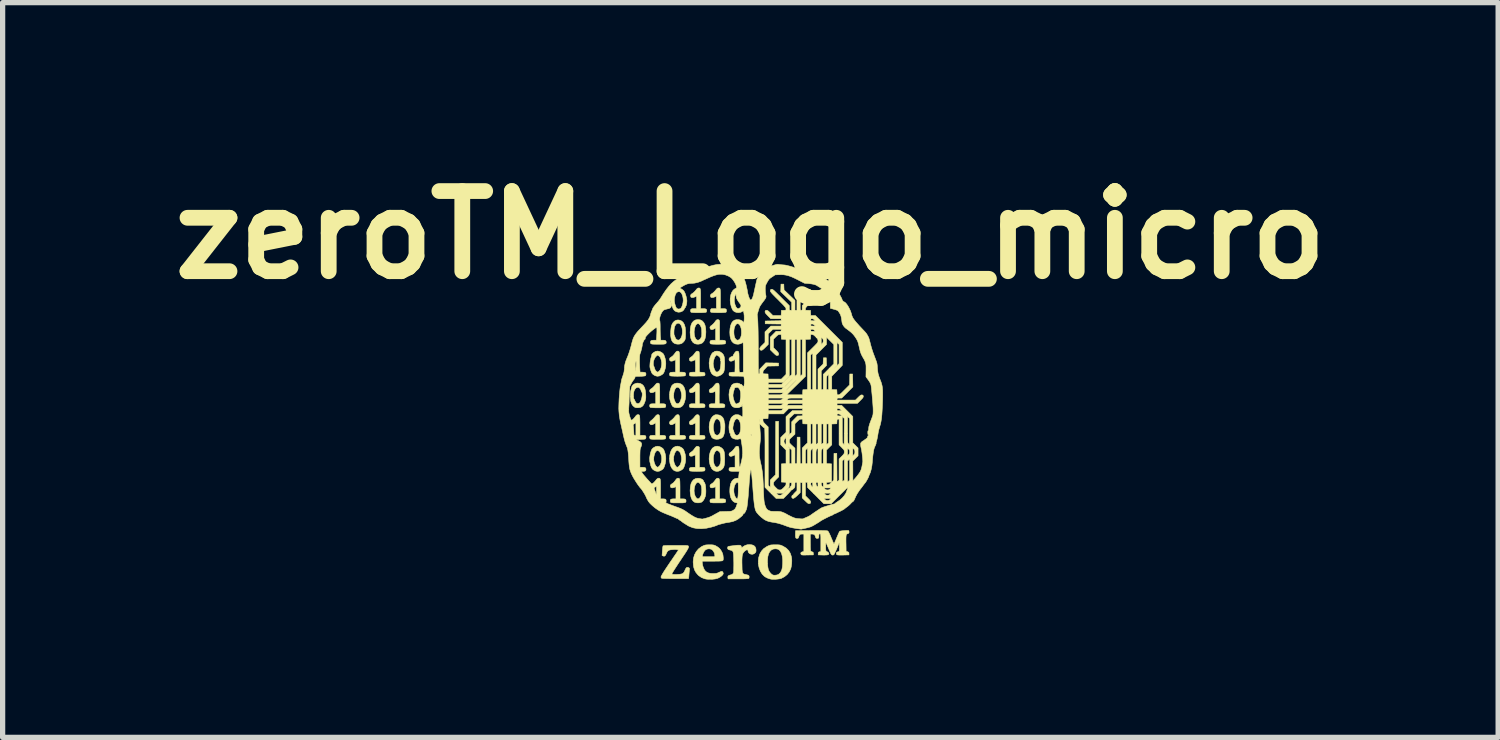
<source format=kicad_pcb>
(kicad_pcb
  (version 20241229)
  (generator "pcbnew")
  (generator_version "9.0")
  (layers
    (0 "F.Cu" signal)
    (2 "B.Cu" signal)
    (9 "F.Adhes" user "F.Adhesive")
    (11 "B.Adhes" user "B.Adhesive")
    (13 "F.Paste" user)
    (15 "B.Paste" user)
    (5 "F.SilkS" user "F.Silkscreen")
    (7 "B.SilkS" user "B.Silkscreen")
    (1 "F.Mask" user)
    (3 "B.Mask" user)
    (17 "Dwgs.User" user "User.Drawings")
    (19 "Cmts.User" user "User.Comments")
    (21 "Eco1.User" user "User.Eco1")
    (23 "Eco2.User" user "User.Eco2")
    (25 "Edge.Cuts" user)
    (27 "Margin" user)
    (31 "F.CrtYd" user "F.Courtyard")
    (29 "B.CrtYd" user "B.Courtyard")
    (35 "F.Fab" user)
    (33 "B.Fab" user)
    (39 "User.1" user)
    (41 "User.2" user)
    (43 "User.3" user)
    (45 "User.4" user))
  (footprint "zeroTM_Logo_micro"
    (layer "F.Cu")
    (at 11.22 4.974)
    (property "Reference" "zeroTM_Logo_micro" (at 0 -3.556 0) (layer "F.SilkS") (effects (font (size 1.524 1.524) (thickness 0.3))))
    (attr through_hole)
    (fp_poly (pts (xy -0.562 -1.166) (xy -0.566 -1.162) (xy -0.57 -1.166) (xy -0.566 -1.17) (xy -0.562 -1.166)) (stroke (width 0.01) (type solid)) (fill yes) (layer "F.SilkS"))
    (fp_poly (pts (xy -1.375 -0.138) (xy -1.366 -0.136) (xy -1.359 -0.129) (xy -1.354 -0.117) (xy -1.35 -0.098) (xy -1.348 -0.07) (xy -1.347 -0.032) (xy -1.347 0.019) (xy -1.347 0.067) (xy -1.347 0.254) (xy -1.298 0.254) (xy -1.265 0.256) (xy -1.245 0.262) (xy -1.234 0.274) (xy -1.232 0.292) (xy -1.235 0.311) (xy -1.241 0.322) (xy -1.252 0.325) (xy -1.275 0.328) (xy -1.308 0.33) (xy -1.346 0.331) (xy -1.388 0.331) (xy -1.429 0.331) (xy -1.467 0.33) (xy -1.499 0.328) (xy -1.521 0.325) (xy -1.53 0.322) (xy -1.537 0.307) (xy -1.539 0.292) (xy -1.536 0.273) (xy -1.526 0.262) (xy -1.505 0.256) (xy -1.472 0.254) (xy -1.424 0.254) (xy -1.424 0.015) (xy -1.453 0.034) (xy -1.483 0.05) (xy -1.508 0.054) (xy -1.527 0.046) (xy -1.538 0.028) (xy -1.539 0.014) (xy -1.536 -0.001) (xy -1.524 -0.016) (xy -1.505 -0.031) (xy -1.481 -0.051) (xy -1.455 -0.077) (xy -1.439 -0.097) (xy -1.42 -0.12) (xy -1.405 -0.133) (xy -1.391 -0.138) (xy -1.387 -0.139) (xy -1.375 -0.138)) (stroke (width 0.01) (type solid)) (fill yes) (layer "F.SilkS"))
    (fp_poly (pts (xy -1.375 -1.347) (xy -1.366 -1.344) (xy -1.359 -1.338) (xy -1.354 -1.326) (xy -1.35 -1.307) (xy -1.348 -1.279) (xy -1.347 -1.241) (xy -1.347 -1.191) (xy -1.347 -1.138) (xy -1.347 -0.947) (xy -1.298 -0.947) (xy -1.265 -0.945) (xy -1.245 -0.939) (xy -1.234 -0.927) (xy -1.232 -0.908) (xy -1.235 -0.889) (xy -1.241 -0.879) (xy -1.252 -0.875) (xy -1.275 -0.873) (xy -1.308 -0.871) (xy -1.346 -0.87) (xy -1.388 -0.869) (xy -1.429 -0.87) (xy -1.467 -0.871) (xy -1.499 -0.873) (xy -1.521 -0.876) (xy -1.53 -0.879) (xy -1.537 -0.893) (xy -1.539 -0.908) (xy -1.536 -0.927) (xy -1.526 -0.939) (xy -1.505 -0.945) (xy -1.472 -0.947) (xy -1.424 -0.947) (xy -1.424 -1.184) (xy -1.454 -1.169) (xy -1.488 -1.157) (xy -1.514 -1.156) (xy -1.531 -1.166) (xy -1.538 -1.186) (xy -1.538 -1.198) (xy -1.532 -1.215) (xy -1.514 -1.23) (xy -1.505 -1.235) (xy -1.478 -1.255) (xy -1.45 -1.286) (xy -1.441 -1.299) (xy -1.422 -1.325) (xy -1.408 -1.339) (xy -1.395 -1.346) (xy -1.386 -1.347) (xy -1.375 -1.347)) (stroke (width 0.01) (type solid)) (fill yes) (layer "F.SilkS"))
    (fp_poly (pts (xy -0.974 -2.547) (xy -0.965 -2.545) (xy -0.958 -2.538) (xy -0.953 -2.526) (xy -0.95 -2.507) (xy -0.948 -2.479) (xy -0.947 -2.44) (xy -0.947 -2.389) (xy -0.947 -2.342) (xy -0.947 -2.155) (xy -0.898 -2.155) (xy -0.865 -2.153) (xy -0.845 -2.147) (xy -0.834 -2.135) (xy -0.831 -2.117) (xy -0.835 -2.098) (xy -0.841 -2.087) (xy -0.852 -2.084) (xy -0.875 -2.081) (xy -0.908 -2.079) (xy -0.946 -2.078) (xy -0.988 -2.078) (xy -1.029 -2.078) (xy -1.067 -2.079) (xy -1.099 -2.081) (xy -1.121 -2.084) (xy -1.13 -2.087) (xy -1.137 -2.102) (xy -1.139 -2.117) (xy -1.136 -2.136) (xy -1.125 -2.148) (xy -1.104 -2.154) (xy -1.072 -2.155) (xy -1.024 -2.155) (xy -1.024 -2.392) (xy -1.054 -2.378) (xy -1.088 -2.366) (xy -1.114 -2.365) (xy -1.131 -2.374) (xy -1.138 -2.395) (xy -1.138 -2.406) (xy -1.131 -2.424) (xy -1.114 -2.438) (xy -1.105 -2.443) (xy -1.084 -2.458) (xy -1.06 -2.481) (xy -1.041 -2.503) (xy -1.021 -2.528) (xy -1.005 -2.542) (xy -0.992 -2.547) (xy -0.986 -2.548) (xy -0.974 -2.547)) (stroke (width 0.01) (type solid)) (fill yes) (layer "F.SilkS"))
    (fp_poly (pts (xy -0.606 -1.944) (xy -0.593 -1.935) (xy -0.587 -1.916) (xy -0.585 -1.885) (xy -0.585 -1.879) (xy -0.586 -1.854) (xy -0.586 -1.817) (xy -0.586 -1.773) (xy -0.586 -1.725) (xy -0.586 -1.691) (xy -0.585 -1.555) (xy -0.536 -1.555) (xy -0.503 -1.553) (xy -0.483 -1.547) (xy -0.472 -1.535) (xy -0.47 -1.516) (xy -0.473 -1.498) (xy -0.479 -1.487) (xy -0.49 -1.483) (xy -0.513 -1.481) (xy -0.546 -1.479) (xy -0.584 -1.478) (xy -0.625 -1.477) (xy -0.666 -1.478) (xy -0.703 -1.479) (xy -0.733 -1.481) (xy -0.754 -1.484) (xy -0.76 -1.487) (xy -0.768 -1.501) (xy -0.77 -1.516) (xy -0.766 -1.536) (xy -0.755 -1.548) (xy -0.732 -1.554) (xy -0.707 -1.555) (xy -0.662 -1.555) (xy -0.662 -1.787) (xy -0.688 -1.771) (xy -0.718 -1.757) (xy -0.743 -1.756) (xy -0.76 -1.766) (xy -0.769 -1.786) (xy -0.77 -1.795) (xy -0.766 -1.81) (xy -0.755 -1.825) (xy -0.734 -1.84) (xy -0.71 -1.861) (xy -0.685 -1.888) (xy -0.674 -1.904) (xy -0.656 -1.928) (xy -0.642 -1.941) (xy -0.627 -1.946) (xy -0.606 -1.944)) (stroke (width 0.01) (type solid)) (fill yes) (layer "F.SilkS"))
    (fp_poly (pts (xy -1.752 -0.138) (xy -1.743 -0.136) (xy -1.736 -0.129) (xy -1.731 -0.117) (xy -1.728 -0.098) (xy -1.726 -0.07) (xy -1.725 -0.032) (xy -1.724 0.019) (xy -1.724 0.067) (xy -1.724 0.254) (xy -1.676 0.254) (xy -1.642 0.256) (xy -1.622 0.262) (xy -1.611 0.274) (xy -1.609 0.292) (xy -1.612 0.311) (xy -1.618 0.322) (xy -1.629 0.325) (xy -1.652 0.328) (xy -1.685 0.33) (xy -1.723 0.331) (xy -1.765 0.331) (xy -1.806 0.331) (xy -1.844 0.33) (xy -1.876 0.328) (xy -1.898 0.325) (xy -1.907 0.322) (xy -1.915 0.305) (xy -1.916 0.283) (xy -1.909 0.265) (xy -1.907 0.263) (xy -1.895 0.258) (xy -1.872 0.255) (xy -1.85 0.254) (xy -1.801 0.254) (xy -1.801 0.015) (xy -1.83 0.034) (xy -1.86 0.05) (xy -1.886 0.054) (xy -1.905 0.046) (xy -1.915 0.028) (xy -1.917 0.014) (xy -1.913 -0.001) (xy -1.901 -0.016) (xy -1.882 -0.031) (xy -1.858 -0.051) (xy -1.833 -0.077) (xy -1.816 -0.097) (xy -1.797 -0.12) (xy -1.782 -0.133) (xy -1.768 -0.138) (xy -1.764 -0.139) (xy -1.752 -0.138)) (stroke (width 0.01) (type solid)) (fill yes) (layer "F.SilkS"))
    (fp_poly (pts (xy -1.752 -0.738) (xy -1.743 -0.736) (xy -1.736 -0.73) (xy -1.731 -0.718) (xy -1.728 -0.698) (xy -1.726 -0.67) (xy -1.725 -0.632) (xy -1.724 -0.58) (xy -1.724 -0.533) (xy -1.724 -0.346) (xy -1.676 -0.346) (xy -1.642 -0.345) (xy -1.622 -0.338) (xy -1.611 -0.326) (xy -1.609 -0.308) (xy -1.612 -0.289) (xy -1.618 -0.279) (xy -1.629 -0.275) (xy -1.652 -0.272) (xy -1.685 -0.27) (xy -1.723 -0.269) (xy -1.765 -0.269) (xy -1.806 -0.269) (xy -1.844 -0.271) (xy -1.876 -0.273) (xy -1.898 -0.275) (xy -1.907 -0.279) (xy -1.915 -0.295) (xy -1.916 -0.317) (xy -1.909 -0.335) (xy -1.907 -0.337) (xy -1.895 -0.342) (xy -1.872 -0.345) (xy -1.85 -0.346) (xy -1.801 -0.346) (xy -1.801 -0.584) (xy -1.832 -0.569) (xy -1.865 -0.557) (xy -1.891 -0.556) (xy -1.908 -0.566) (xy -1.916 -0.586) (xy -1.915 -0.598) (xy -1.909 -0.615) (xy -1.891 -0.629) (xy -1.882 -0.635) (xy -1.862 -0.649) (xy -1.838 -0.672) (xy -1.818 -0.695) (xy -1.798 -0.719) (xy -1.783 -0.733) (xy -1.769 -0.739) (xy -1.764 -0.739) (xy -1.752 -0.738)) (stroke (width 0.01) (type solid)) (fill yes) (layer "F.SilkS"))
    (fp_poly (pts (xy -1.367 1.07) (xy -1.358 1.073) (xy -1.351 1.079) (xy -1.346 1.091) (xy -1.343 1.11) (xy -1.341 1.138) (xy -1.34 1.177) (xy -1.339 1.228) (xy -1.339 1.275) (xy -1.339 1.462) (xy -1.291 1.462) (xy -1.258 1.464) (xy -1.237 1.47) (xy -1.227 1.482) (xy -1.224 1.501) (xy -1.225 1.514) (xy -1.229 1.524) (xy -1.238 1.531) (xy -1.254 1.535) (xy -1.279 1.538) (xy -1.315 1.539) (xy -1.364 1.539) (xy -1.374 1.539) (xy -1.429 1.539) (xy -1.47 1.538) (xy -1.497 1.535) (xy -1.512 1.532) (xy -1.515 1.53) (xy -1.522 1.516) (xy -1.524 1.501) (xy -1.521 1.481) (xy -1.509 1.469) (xy -1.487 1.464) (xy -1.461 1.462) (xy -1.416 1.462) (xy -1.416 1.231) (xy -1.444 1.243) (xy -1.478 1.253) (xy -1.503 1.252) (xy -1.518 1.24) (xy -1.523 1.218) (xy -1.523 1.211) (xy -1.516 1.194) (xy -1.499 1.18) (xy -1.489 1.174) (xy -1.46 1.153) (xy -1.432 1.118) (xy -1.429 1.114) (xy -1.412 1.09) (xy -1.398 1.076) (xy -1.385 1.07) (xy -1.379 1.07) (xy -1.367 1.07)) (stroke (width 0.01) (type solid)) (fill yes) (layer "F.SilkS"))
    (fp_poly (pts (xy -0.989 0.466) (xy -0.974 0.477) (xy -0.97 0.49) (xy -0.971 0.499) (xy -0.971 0.522) (xy -0.971 0.555) (xy -0.971 0.597) (xy -0.971 0.646) (xy -0.971 0.679) (xy -0.97 0.862) (xy -0.925 0.862) (xy -0.899 0.864) (xy -0.879 0.867) (xy -0.871 0.871) (xy -0.864 0.888) (xy -0.863 0.91) (xy -0.87 0.928) (xy -0.871 0.93) (xy -0.882 0.933) (xy -0.906 0.936) (xy -0.938 0.938) (xy -0.977 0.939) (xy -1.018 0.94) (xy -1.058 0.939) (xy -1.095 0.938) (xy -1.126 0.935) (xy -1.146 0.933) (xy -1.153 0.93) (xy -1.16 0.915) (xy -1.162 0.901) (xy -1.159 0.881) (xy -1.148 0.87) (xy -1.127 0.864) (xy -1.095 0.862) (xy -1.047 0.862) (xy -1.047 0.625) (xy -1.077 0.639) (xy -1.11 0.651) (xy -1.136 0.652) (xy -1.154 0.642) (xy -1.161 0.622) (xy -1.161 0.611) (xy -1.154 0.594) (xy -1.137 0.579) (xy -1.128 0.574) (xy -1.101 0.554) (xy -1.073 0.523) (xy -1.064 0.51) (xy -1.045 0.484) (xy -1.031 0.47) (xy -1.018 0.463) (xy -1.009 0.462) (xy -0.989 0.466)) (stroke (width 0.01) (type solid)) (fill yes) (layer "F.SilkS"))
    (fp_poly (pts (xy -0.613 1.07) (xy -0.603 1.073) (xy -0.597 1.079) (xy -0.592 1.091) (xy -0.588 1.11) (xy -0.586 1.138) (xy -0.585 1.177) (xy -0.585 1.228) (xy -0.585 1.275) (xy -0.585 1.462) (xy -0.536 1.462) (xy -0.503 1.464) (xy -0.483 1.47) (xy -0.472 1.482) (xy -0.47 1.501) (xy -0.47 1.514) (xy -0.474 1.524) (xy -0.483 1.531) (xy -0.499 1.535) (xy -0.524 1.538) (xy -0.561 1.539) (xy -0.61 1.539) (xy -0.62 1.539) (xy -0.675 1.539) (xy -0.715 1.538) (xy -0.743 1.535) (xy -0.758 1.532) (xy -0.76 1.53) (xy -0.768 1.516) (xy -0.77 1.501) (xy -0.766 1.481) (xy -0.755 1.469) (xy -0.732 1.464) (xy -0.707 1.462) (xy -0.662 1.462) (xy -0.662 1.231) (xy -0.69 1.243) (xy -0.724 1.253) (xy -0.749 1.252) (xy -0.764 1.24) (xy -0.769 1.218) (xy -0.768 1.211) (xy -0.762 1.194) (xy -0.745 1.18) (xy -0.735 1.174) (xy -0.706 1.153) (xy -0.678 1.118) (xy -0.675 1.114) (xy -0.657 1.09) (xy -0.644 1.076) (xy -0.631 1.07) (xy -0.624 1.07) (xy -0.613 1.07)) (stroke (width 0.01) (type solid)) (fill yes) (layer "F.SilkS"))
    (fp_poly (pts (xy -0.597 -2.547) (xy -0.588 -2.545) (xy -0.581 -2.538) (xy -0.576 -2.526) (xy -0.573 -2.507) (xy -0.571 -2.479) (xy -0.57 -2.44) (xy -0.57 -2.389) (xy -0.57 -2.342) (xy -0.57 -2.155) (xy -0.521 -2.155) (xy -0.493 -2.154) (xy -0.472 -2.15) (xy -0.463 -2.146) (xy -0.456 -2.129) (xy -0.455 -2.108) (xy -0.461 -2.09) (xy -0.465 -2.087) (xy -0.476 -2.083) (xy -0.5 -2.081) (xy -0.533 -2.079) (xy -0.571 -2.078) (xy -0.613 -2.078) (xy -0.654 -2.079) (xy -0.692 -2.08) (xy -0.723 -2.082) (xy -0.745 -2.085) (xy -0.753 -2.088) (xy -0.761 -2.104) (xy -0.761 -2.123) (xy -0.755 -2.141) (xy -0.744 -2.153) (xy -0.734 -2.155) (xy -0.723 -2.154) (xy -0.702 -2.154) (xy -0.687 -2.154) (xy -0.647 -2.155) (xy -0.647 -2.392) (xy -0.677 -2.378) (xy -0.711 -2.366) (xy -0.737 -2.365) (xy -0.754 -2.374) (xy -0.761 -2.395) (xy -0.761 -2.406) (xy -0.754 -2.424) (xy -0.737 -2.438) (xy -0.728 -2.443) (xy -0.707 -2.458) (xy -0.683 -2.481) (xy -0.664 -2.503) (xy -0.644 -2.528) (xy -0.628 -2.542) (xy -0.615 -2.547) (xy -0.609 -2.548) (xy -0.597 -2.547)) (stroke (width 0.01) (type solid)) (fill yes) (layer "F.SilkS"))
    (fp_poly (pts (xy -0.617 -0.738) (xy -0.607 -0.733) (xy -0.599 -0.722) (xy -0.595 -0.704) (xy -0.593 -0.675) (xy -0.593 -0.635) (xy -0.593 -0.603) (xy -0.593 -0.555) (xy -0.594 -0.505) (xy -0.594 -0.459) (xy -0.594 -0.422) (xy -0.593 -0.418) (xy -0.593 -0.346) (xy -0.548 -0.346) (xy -0.516 -0.344) (xy -0.496 -0.337) (xy -0.487 -0.324) (xy -0.485 -0.308) (xy -0.488 -0.289) (xy -0.494 -0.279) (xy -0.505 -0.275) (xy -0.529 -0.272) (xy -0.561 -0.27) (xy -0.599 -0.269) (xy -0.64 -0.269) (xy -0.681 -0.269) (xy -0.718 -0.271) (xy -0.749 -0.273) (xy -0.769 -0.276) (xy -0.776 -0.279) (xy -0.783 -0.293) (xy -0.785 -0.308) (xy -0.782 -0.327) (xy -0.771 -0.339) (xy -0.75 -0.345) (xy -0.719 -0.346) (xy -0.672 -0.346) (xy -0.666 -0.426) (xy -0.665 -0.464) (xy -0.664 -0.502) (xy -0.665 -0.532) (xy -0.666 -0.544) (xy -0.671 -0.583) (xy -0.701 -0.568) (xy -0.734 -0.557) (xy -0.76 -0.556) (xy -0.777 -0.566) (xy -0.784 -0.586) (xy -0.784 -0.598) (xy -0.777 -0.615) (xy -0.76 -0.629) (xy -0.751 -0.635) (xy -0.73 -0.649) (xy -0.706 -0.672) (xy -0.687 -0.695) (xy -0.667 -0.719) (xy -0.652 -0.733) (xy -0.638 -0.738) (xy -0.632 -0.739) (xy -0.617 -0.738)) (stroke (width 0.01) (type solid)) (fill yes) (layer "F.SilkS"))
    (fp_poly (pts (xy -0.994 -0.738) (xy -0.984 -0.733) (xy -0.977 -0.722) (xy -0.973 -0.704) (xy -0.97 -0.675) (xy -0.97 -0.635) (xy -0.97 -0.603) (xy -0.97 -0.555) (xy -0.97 -0.505) (xy -0.97 -0.459) (xy -0.97 -0.422) (xy -0.97 -0.418) (xy -0.97 -0.346) (xy -0.925 -0.346) (xy -0.899 -0.345) (xy -0.879 -0.341) (xy -0.871 -0.337) (xy -0.864 -0.32) (xy -0.863 -0.299) (xy -0.87 -0.281) (xy -0.871 -0.279) (xy -0.882 -0.275) (xy -0.906 -0.272) (xy -0.938 -0.27) (xy -0.977 -0.269) (xy -1.018 -0.269) (xy -1.058 -0.269) (xy -1.095 -0.271) (xy -1.126 -0.273) (xy -1.146 -0.276) (xy -1.153 -0.279) (xy -1.16 -0.293) (xy -1.162 -0.308) (xy -1.159 -0.327) (xy -1.148 -0.339) (xy -1.127 -0.345) (xy -1.096 -0.346) (xy -1.048 -0.346) (xy -1.045 -0.418) (xy -1.045 -0.456) (xy -1.044 -0.496) (xy -1.045 -0.529) (xy -1.045 -0.536) (xy -1.047 -0.583) (xy -1.078 -0.569) (xy -1.111 -0.557) (xy -1.137 -0.556) (xy -1.154 -0.566) (xy -1.161 -0.586) (xy -1.161 -0.598) (xy -1.154 -0.615) (xy -1.137 -0.629) (xy -1.128 -0.635) (xy -1.107 -0.649) (xy -1.083 -0.672) (xy -1.064 -0.695) (xy -1.044 -0.719) (xy -1.029 -0.733) (xy -1.015 -0.738) (xy -1.009 -0.739) (xy -0.994 -0.738)) (stroke (width 0.01) (type solid)) (fill yes) (layer "F.SilkS"))
    (fp_poly (pts (xy -0.991 -0.136) (xy -0.979 -0.127) (xy -0.972 -0.108) (xy -0.97 -0.078) (xy -0.97 -0.056) (xy -0.97 -0.027) (xy -0.97 0.013) (xy -0.97 0.06) (xy -0.97 0.109) (xy -0.97 0.129) (xy -0.97 0.254) (xy -0.925 0.254) (xy -0.899 0.256) (xy -0.879 0.259) (xy -0.871 0.263) (xy -0.864 0.28) (xy -0.863 0.302) (xy -0.87 0.32) (xy -0.871 0.322) (xy -0.882 0.325) (xy -0.906 0.328) (xy -0.938 0.33) (xy -0.977 0.331) (xy -1.018 0.331) (xy -1.058 0.331) (xy -1.095 0.33) (xy -1.126 0.327) (xy -1.146 0.324) (xy -1.153 0.322) (xy -1.16 0.307) (xy -1.162 0.292) (xy -1.159 0.273) (xy -1.148 0.262) (xy -1.127 0.256) (xy -1.096 0.254) (xy -1.048 0.254) (xy -1.045 0.142) (xy -1.045 0.102) (xy -1.044 0.067) (xy -1.045 0.041) (xy -1.045 0.025) (xy -1.045 0.023) (xy -1.053 0.022) (xy -1.068 0.029) (xy -1.076 0.035) (xy -1.106 0.05) (xy -1.132 0.054) (xy -1.15 0.046) (xy -1.161 0.027) (xy -1.162 0.014) (xy -1.159 -0.001) (xy -1.147 -0.016) (xy -1.128 -0.031) (xy -1.104 -0.051) (xy -1.078 -0.077) (xy -1.062 -0.097) (xy -1.043 -0.12) (xy -1.028 -0.133) (xy -1.015 -0.138) (xy -1.009 -0.139) (xy -0.991 -0.136)) (stroke (width 0.01) (type solid)) (fill yes) (layer "F.SilkS"))
    (fp_poly (pts (xy -0.963 1.073) (xy -0.933 1.083) (xy -0.909 1.097) (xy -0.895 1.113) (xy -0.893 1.122) (xy -0.887 1.136) (xy -0.881 1.142) (xy -0.87 1.158) (xy -0.86 1.186) (xy -0.853 1.223) (xy -0.849 1.266) (xy -0.847 1.311) (xy -0.848 1.355) (xy -0.853 1.395) (xy -0.857 1.413) (xy -0.874 1.457) (xy -0.896 1.494) (xy -0.922 1.52) (xy -0.936 1.528) (xy -0.973 1.537) (xy -1.014 1.538) (xy -1.052 1.53) (xy -1.06 1.527) (xy -1.089 1.506) (xy -1.113 1.473) (xy -1.131 1.427) (xy -1.142 1.372) (xy -1.147 1.309) (xy -1.147 1.309) (xy -1.071 1.309) (xy -1.066 1.36) (xy -1.052 1.406) (xy -1.034 1.437) (xy -1.014 1.457) (xy -0.997 1.462) (xy -0.977 1.455) (xy -0.959 1.437) (xy -0.938 1.398) (xy -0.927 1.348) (xy -0.925 1.287) (xy -0.926 1.276) (xy -0.929 1.242) (xy -0.934 1.217) (xy -0.942 1.198) (xy -0.952 1.182) (xy -0.974 1.157) (xy -0.995 1.148) (xy -1.016 1.153) (xy -1.034 1.171) (xy -1.055 1.21) (xy -1.067 1.258) (xy -1.071 1.309) (xy -1.147 1.309) (xy -1.147 1.305) (xy -1.142 1.234) (xy -1.13 1.175) (xy -1.109 1.13) (xy -1.08 1.097) (xy -1.043 1.077) (xy -0.998 1.07) (xy -0.996 1.07) (xy -0.963 1.073)) (stroke (width 0.01) (type solid)) (fill yes) (layer "F.SilkS"))
    (fp_poly (pts (xy -1.36 -0.736) (xy -1.322 -0.723) (xy -1.29 -0.701) (xy -1.283 -0.693) (xy -1.26 -0.655) (xy -1.243 -0.607) (xy -1.234 -0.552) (xy -1.232 -0.494) (xy -1.238 -0.436) (xy -1.252 -0.383) (xy -1.268 -0.342) (xy -1.286 -0.313) (xy -1.307 -0.293) (xy -1.331 -0.28) (xy -1.364 -0.272) (xy -1.404 -0.271) (xy -1.44 -0.277) (xy -1.451 -0.281) (xy -1.468 -0.289) (xy -1.481 -0.3) (xy -1.491 -0.315) (xy -1.502 -0.339) (xy -1.516 -0.374) (xy -1.517 -0.377) (xy -1.529 -0.415) (xy -1.536 -0.449) (xy -1.539 -0.485) (xy -1.539 -0.504) (xy -1.538 -0.519) (xy -1.461 -0.519) (xy -1.457 -0.457) (xy -1.447 -0.419) (xy -1.43 -0.38) (xy -1.413 -0.356) (xy -1.393 -0.346) (xy -1.37 -0.35) (xy -1.357 -0.358) (xy -1.344 -0.373) (xy -1.331 -0.4) (xy -1.32 -0.433) (xy -1.312 -0.467) (xy -1.309 -0.499) (xy -1.308 -0.503) (xy -1.312 -0.54) (xy -1.32 -0.579) (xy -1.333 -0.614) (xy -1.347 -0.639) (xy -1.351 -0.644) (xy -1.375 -0.66) (xy -1.397 -0.66) (xy -1.418 -0.647) (xy -1.436 -0.619) (xy -1.45 -0.581) (xy -1.461 -0.519) (xy -1.538 -0.519) (xy -1.535 -0.565) (xy -1.522 -0.623) (xy -1.503 -0.674) (xy -1.494 -0.691) (xy -1.469 -0.716) (xy -1.437 -0.732) (xy -1.399 -0.739) (xy -1.36 -0.736)) (stroke (width 0.01) (type solid)) (fill yes) (layer "F.SilkS"))
    (fp_poly (pts (xy -0.952 -1.941) (xy -0.915 -1.921) (xy -0.885 -1.888) (xy -0.864 -1.843) (xy -0.851 -1.785) (xy -0.847 -1.714) (xy -0.847 -1.712) (xy -0.851 -1.641) (xy -0.863 -1.583) (xy -0.883 -1.538) (xy -0.911 -1.505) (xy -0.947 -1.486) (xy -0.992 -1.479) (xy -0.997 -1.479) (xy -1.025 -1.481) (xy -1.052 -1.487) (xy -1.06 -1.49) (xy -1.092 -1.512) (xy -1.117 -1.548) (xy -1.135 -1.596) (xy -1.144 -1.656) (xy -1.147 -1.709) (xy -1.146 -1.711) (xy -1.07 -1.711) (xy -1.067 -1.662) (xy -1.058 -1.621) (xy -1.044 -1.588) (xy -1.026 -1.566) (xy -1.005 -1.555) (xy -0.983 -1.557) (xy -0.96 -1.573) (xy -0.958 -1.575) (xy -0.945 -1.592) (xy -0.939 -1.605) (xy -0.939 -1.606) (xy -0.936 -1.614) (xy -0.933 -1.614) (xy -0.93 -1.618) (xy -0.927 -1.635) (xy -0.926 -1.66) (xy -0.925 -1.69) (xy -0.926 -1.722) (xy -0.927 -1.751) (xy -0.93 -1.775) (xy -0.931 -1.782) (xy -0.943 -1.816) (xy -0.959 -1.845) (xy -0.978 -1.864) (xy -0.997 -1.87) (xy -1.018 -1.863) (xy -1.037 -1.843) (xy -1.052 -1.812) (xy -1.063 -1.773) (xy -1.069 -1.728) (xy -1.07 -1.711) (xy -1.146 -1.711) (xy -1.142 -1.78) (xy -1.13 -1.84) (xy -1.11 -1.886) (xy -1.081 -1.919) (xy -1.044 -1.94) (xy -1 -1.947) (xy -0.997 -1.947) (xy -0.952 -1.941)) (stroke (width 0.01) (type solid)) (fill yes) (layer "F.SilkS"))
    (fp_poly (pts (xy -1.344 0.47) (xy -1.312 0.487) (xy -1.293 0.5) (xy -1.28 0.514) (xy -1.269 0.531) (xy -1.259 0.556) (xy -1.253 0.573) (xy -1.24 0.615) (xy -1.234 0.653) (xy -1.232 0.696) (xy -1.232 0.7) (xy -1.233 0.744) (xy -1.24 0.782) (xy -1.252 0.823) (xy -1.253 0.827) (xy -1.264 0.859) (xy -1.274 0.879) (xy -1.286 0.894) (xy -1.302 0.907) (xy -1.312 0.914) (xy -1.355 0.935) (xy -1.396 0.94) (xy -1.436 0.931) (xy -1.464 0.914) (xy -1.492 0.883) (xy -1.515 0.84) (xy -1.53 0.788) (xy -1.538 0.728) (xy -1.539 0.7) (xy -1.539 0.697) (xy -1.462 0.697) (xy -1.459 0.736) (xy -1.451 0.774) (xy -1.438 0.809) (xy -1.422 0.837) (xy -1.405 0.856) (xy -1.389 0.862) (xy -1.379 0.857) (xy -1.362 0.846) (xy -1.357 0.841) (xy -1.335 0.813) (xy -1.321 0.776) (xy -1.31 0.726) (xy -1.31 0.679) (xy -1.32 0.628) (xy -1.321 0.623) (xy -1.332 0.591) (xy -1.345 0.57) (xy -1.361 0.556) (xy -1.378 0.544) (xy -1.389 0.54) (xy -1.401 0.545) (xy -1.407 0.548) (xy -1.423 0.564) (xy -1.438 0.592) (xy -1.45 0.626) (xy -1.459 0.663) (xy -1.462 0.697) (xy -1.539 0.697) (xy -1.535 0.638) (xy -1.522 0.582) (xy -1.503 0.535) (xy -1.477 0.499) (xy -1.464 0.487) (xy -1.425 0.466) (xy -1.385 0.46) (xy -1.344 0.47)) (stroke (width 0.01) (type solid)) (fill yes) (layer "F.SilkS"))
    (fp_poly (pts (xy -1.339 -1.934) (xy -1.304 -1.917) (xy -1.275 -1.887) (xy -1.271 -1.88) (xy -1.252 -1.843) (xy -1.24 -1.798) (xy -1.234 -1.743) (xy -1.233 -1.677) (xy -1.234 -1.658) (xy -1.235 -1.619) (xy -1.238 -1.592) (xy -1.241 -1.572) (xy -1.247 -1.558) (xy -1.255 -1.543) (xy -1.26 -1.537) (xy -1.279 -1.515) (xy -1.301 -1.497) (xy -1.309 -1.492) (xy -1.341 -1.482) (xy -1.379 -1.479) (xy -1.417 -1.484) (xy -1.437 -1.49) (xy -1.47 -1.511) (xy -1.494 -1.544) (xy -1.509 -1.589) (xy -1.517 -1.645) (xy -1.516 -1.71) (xy -1.454 -1.71) (xy -1.454 -1.682) (xy -1.452 -1.66) (xy -1.449 -1.648) (xy -1.448 -1.647) (xy -1.442 -1.64) (xy -1.437 -1.624) (xy -1.436 -1.621) (xy -1.425 -1.592) (xy -1.407 -1.57) (xy -1.385 -1.558) (xy -1.362 -1.557) (xy -1.34 -1.569) (xy -1.34 -1.57) (xy -1.318 -1.602) (xy -1.302 -1.643) (xy -1.294 -1.691) (xy -1.294 -1.741) (xy -1.301 -1.789) (xy -1.315 -1.831) (xy -1.329 -1.853) (xy -1.351 -1.873) (xy -1.375 -1.879) (xy -1.398 -1.872) (xy -1.42 -1.852) (xy -1.437 -1.822) (xy -1.446 -1.793) (xy -1.45 -1.769) (xy -1.453 -1.74) (xy -1.454 -1.71) (xy -1.516 -1.71) (xy -1.516 -1.714) (xy -1.516 -1.72) (xy -1.512 -1.767) (xy -1.507 -1.803) (xy -1.501 -1.83) (xy -1.492 -1.853) (xy -1.48 -1.875) (xy -1.475 -1.884) (xy -1.447 -1.915) (xy -1.414 -1.934) (xy -1.377 -1.94) (xy -1.339 -1.934)) (stroke (width 0.01) (type solid)) (fill yes) (layer "F.SilkS"))
    (fp_poly (pts (xy -2.099 -0.733) (xy -2.061 -0.715) (xy -2.031 -0.685) (xy -2.009 -0.642) (xy -1.996 -0.586) (xy -1.99 -0.517) (xy -1.99 -0.513) (xy -1.989 -0.473) (xy -1.991 -0.443) (xy -1.996 -0.416) (xy -2.004 -0.389) (xy -2.007 -0.381) (xy -2.024 -0.34) (xy -2.042 -0.311) (xy -2.064 -0.291) (xy -2.085 -0.28) (xy -2.113 -0.273) (xy -2.145 -0.27) (xy -2.176 -0.272) (xy -2.197 -0.278) (xy -2.234 -0.307) (xy -2.26 -0.347) (xy -2.275 -0.396) (xy -2.276 -0.4) (xy -2.283 -0.466) (xy -2.283 -0.488) (xy -2.224 -0.488) (xy -2.222 -0.46) (xy -2.217 -0.441) (xy -2.214 -0.437) (xy -2.205 -0.423) (xy -2.196 -0.402) (xy -2.194 -0.398) (xy -2.179 -0.369) (xy -2.159 -0.352) (xy -2.135 -0.348) (xy -2.112 -0.358) (xy -2.097 -0.374) (xy -2.084 -0.401) (xy -2.072 -0.434) (xy -2.063 -0.47) (xy -2.058 -0.506) (xy -2.057 -0.537) (xy -2.061 -0.56) (xy -2.067 -0.57) (xy -2.076 -0.584) (xy -2.078 -0.592) (xy -2.084 -0.612) (xy -2.098 -0.634) (xy -2.115 -0.652) (xy -2.128 -0.659) (xy -2.153 -0.658) (xy -2.178 -0.644) (xy -2.199 -0.619) (xy -2.213 -0.588) (xy -2.22 -0.556) (xy -2.223 -0.522) (xy -2.224 -0.488) (xy -2.283 -0.488) (xy -2.284 -0.525) (xy -2.279 -0.575) (xy -2.274 -0.598) (xy -2.267 -0.625) (xy -2.261 -0.649) (xy -2.259 -0.661) (xy -2.248 -0.687) (xy -2.226 -0.711) (xy -2.195 -0.728) (xy -2.16 -0.738) (xy -2.145 -0.739) (xy -2.099 -0.733)) (stroke (width 0.01) (type solid)) (fill yes) (layer "F.SilkS"))
    (fp_poly (pts (xy -0.99 -1.343) (xy -0.978 -1.336) (xy -0.975 -1.326) (xy -0.973 -1.304) (xy -0.971 -1.269) (xy -0.97 -1.221) (xy -0.97 -1.158) (xy -0.97 -1.139) (xy -0.97 -1.087) (xy -0.97 -1.041) (xy -0.97 -1.001) (xy -0.969 -0.972) (xy -0.968 -0.954) (xy -0.968 -0.95) (xy -0.959 -0.948) (xy -0.939 -0.946) (xy -0.921 -0.945) (xy -0.888 -0.942) (xy -0.87 -0.934) (xy -0.868 -0.932) (xy -0.862 -0.924) (xy -0.867 -0.926) (xy -0.868 -0.927) (xy -0.875 -0.929) (xy -0.872 -0.922) (xy -0.868 -0.917) (xy -0.862 -0.9) (xy -0.867 -0.887) (xy -0.871 -0.882) (xy -0.88 -0.878) (xy -0.894 -0.876) (xy -0.917 -0.874) (xy -0.95 -0.873) (xy -0.995 -0.872) (xy -1.009 -0.872) (xy -1.063 -0.871) (xy -1.103 -0.872) (xy -1.13 -0.873) (xy -1.147 -0.876) (xy -1.153 -0.879) (xy -1.161 -0.896) (xy -1.161 -0.917) (xy -1.155 -0.935) (xy -1.153 -0.937) (xy -1.141 -0.943) (xy -1.118 -0.946) (xy -1.096 -0.947) (xy -1.048 -0.947) (xy -1.045 -0.979) (xy -1.045 -1.001) (xy -1.044 -1.033) (xy -1.045 -1.07) (xy -1.045 -1.098) (xy -1.048 -1.184) (xy -1.078 -1.169) (xy -1.111 -1.157) (xy -1.137 -1.156) (xy -1.154 -1.166) (xy -1.161 -1.186) (xy -1.161 -1.198) (xy -1.154 -1.215) (xy -1.137 -1.23) (xy -1.128 -1.235) (xy -1.101 -1.255) (xy -1.073 -1.286) (xy -1.064 -1.299) (xy -1.045 -1.324) (xy -1.031 -1.339) (xy -1.018 -1.346) (xy -1.009 -1.347) (xy -0.99 -1.343)) (stroke (width 0.01) (type solid)) (fill yes) (layer "F.SilkS"))
    (fp_poly (pts (xy -1.721 0.47) (xy -1.69 0.487) (xy -1.67 0.5) (xy -1.657 0.514) (xy -1.647 0.531) (xy -1.636 0.556) (xy -1.63 0.573) (xy -1.618 0.615) (xy -1.611 0.653) (xy -1.609 0.696) (xy -1.609 0.7) (xy -1.611 0.744) (xy -1.617 0.782) (xy -1.629 0.823) (xy -1.63 0.827) (xy -1.641 0.859) (xy -1.651 0.879) (xy -1.663 0.894) (xy -1.679 0.907) (xy -1.69 0.914) (xy -1.731 0.935) (xy -1.771 0.94) (xy -1.811 0.93) (xy -1.84 0.913) (xy -1.859 0.898) (xy -1.871 0.883) (xy -1.882 0.864) (xy -1.893 0.835) (xy -1.896 0.825) (xy -1.914 0.751) (xy -1.916 0.7) (xy -1.84 0.7) (xy -1.836 0.738) (xy -1.827 0.777) (xy -1.813 0.812) (xy -1.797 0.838) (xy -1.791 0.843) (xy -1.776 0.855) (xy -1.765 0.862) (xy -1.764 0.862) (xy -1.755 0.857) (xy -1.74 0.846) (xy -1.734 0.841) (xy -1.715 0.816) (xy -1.699 0.781) (xy -1.689 0.74) (xy -1.686 0.701) (xy -1.689 0.659) (xy -1.7 0.619) (xy -1.715 0.584) (xy -1.733 0.56) (xy -1.737 0.557) (xy -1.758 0.545) (xy -1.776 0.545) (xy -1.795 0.559) (xy -1.802 0.567) (xy -1.813 0.586) (xy -1.824 0.615) (xy -1.833 0.648) (xy -1.838 0.681) (xy -1.84 0.7) (xy -1.916 0.7) (xy -1.916 0.678) (xy -1.904 0.605) (xy -1.896 0.576) (xy -1.885 0.544) (xy -1.875 0.522) (xy -1.863 0.507) (xy -1.846 0.492) (xy -1.84 0.488) (xy -1.801 0.467) (xy -1.762 0.461) (xy -1.721 0.47)) (stroke (width 0.01) (type solid)) (fill yes) (layer "F.SilkS"))
    (fp_poly (pts (xy -0.59 0.47) (xy -0.558 0.487) (xy -0.534 0.506) (xy -0.516 0.527) (xy -0.503 0.554) (xy -0.495 0.589) (xy -0.491 0.634) (xy -0.489 0.692) (xy -0.489 0.7) (xy -0.49 0.76) (xy -0.494 0.806) (xy -0.502 0.842) (xy -0.514 0.87) (xy -0.532 0.893) (xy -0.555 0.912) (xy -0.558 0.914) (xy -0.601 0.935) (xy -0.642 0.94) (xy -0.681 0.931) (xy -0.709 0.913) (xy -0.729 0.895) (xy -0.74 0.88) (xy -0.74 0.875) (xy -0.742 0.864) (xy -0.746 0.862) (xy -0.752 0.855) (xy -0.76 0.837) (xy -0.769 0.812) (xy -0.769 0.811) (xy -0.781 0.756) (xy -0.784 0.712) (xy -0.705 0.712) (xy -0.705 0.716) (xy -0.699 0.765) (xy -0.691 0.801) (xy -0.679 0.827) (xy -0.663 0.846) (xy -0.66 0.848) (xy -0.644 0.859) (xy -0.632 0.86) (xy -0.617 0.852) (xy -0.604 0.843) (xy -0.584 0.819) (xy -0.571 0.783) (xy -0.563 0.737) (xy -0.563 0.684) (xy -0.57 0.626) (xy -0.571 0.62) (xy -0.577 0.592) (xy -0.584 0.575) (xy -0.596 0.562) (xy -0.607 0.555) (xy -0.625 0.544) (xy -0.637 0.541) (xy -0.65 0.546) (xy -0.654 0.549) (xy -0.671 0.566) (xy -0.686 0.596) (xy -0.698 0.632) (xy -0.704 0.672) (xy -0.705 0.712) (xy -0.784 0.712) (xy -0.785 0.698) (xy -0.781 0.64) (xy -0.769 0.587) (xy -0.751 0.54) (xy -0.727 0.504) (xy -0.546 0.504) (xy -0.543 0.508) (xy -0.539 0.504) (xy -0.543 0.5) (xy -0.546 0.504) (xy -0.727 0.504) (xy -0.726 0.503) (xy -0.709 0.487) (xy -0.671 0.466) (xy -0.631 0.46) (xy -0.59 0.47)) (stroke (width 0.01) (type solid)) (fill yes) (layer "F.SilkS"))
    (fp_poly (pts (xy -0.591 -0.131) (xy -0.552 -0.111) (xy -0.523 -0.081) (xy -0.504 -0.042) (xy -0.498 -0.006) (xy -0.496 0.013) (xy -0.492 0.023) (xy -0.491 0.023) (xy -0.487 0.03) (xy -0.486 0.049) (xy -0.485 0.076) (xy -0.486 0.109) (xy -0.487 0.142) (xy -0.49 0.174) (xy -0.494 0.2) (xy -0.495 0.208) (xy -0.506 0.248) (xy -0.518 0.276) (xy -0.534 0.295) (xy -0.555 0.31) (xy -0.562 0.313) (xy -0.601 0.326) (xy -0.644 0.33) (xy -0.683 0.324) (xy -0.697 0.32) (xy -0.719 0.307) (xy -0.735 0.292) (xy -0.744 0.277) (xy -0.743 0.27) (xy -0.743 0.262) (xy -0.746 0.262) (xy -0.752 0.255) (xy -0.76 0.237) (xy -0.769 0.212) (xy -0.769 0.211) (xy -0.781 0.155) (xy -0.785 0.097) (xy -0.783 0.072) (xy -0.705 0.072) (xy -0.705 0.133) (xy -0.697 0.171) (xy -0.691 0.192) (xy -0.689 0.207) (xy -0.69 0.21) (xy -0.687 0.217) (xy -0.677 0.23) (xy -0.674 0.234) (xy -0.65 0.25) (xy -0.624 0.252) (xy -0.599 0.239) (xy -0.583 0.218) (xy -0.571 0.186) (xy -0.564 0.145) (xy -0.562 0.099) (xy -0.565 0.052) (xy -0.57 0.025) (xy -0.577 -0.005) (xy -0.586 -0.024) (xy -0.599 -0.038) (xy -0.606 -0.044) (xy -0.623 -0.056) (xy -0.635 -0.06) (xy -0.647 -0.056) (xy -0.653 -0.052) (xy -0.669 -0.037) (xy -0.683 -0.01) (xy -0.69 0.009) (xy -0.705 0.072) (xy -0.783 0.072) (xy -0.781 0.04) (xy -0.769 -0.013) (xy -0.751 -0.06) (xy -0.726 -0.097) (xy -0.709 -0.113) (xy -0.686 -0.129) (xy -0.664 -0.137) (xy -0.637 -0.138) (xy -0.636 -0.138) (xy -0.591 -0.131)) (stroke (width 0.01) (type solid)) (fill yes) (layer "F.SilkS"))
    (fp_poly (pts (xy -1.723 -1.34) (xy -1.69 -1.322) (xy -1.67 -1.308) (xy -1.657 -1.295) (xy -1.647 -1.278) (xy -1.636 -1.253) (xy -1.63 -1.235) (xy -1.618 -1.194) (xy -1.611 -1.156) (xy -1.609 -1.113) (xy -1.609 -1.108) (xy -1.611 -1.065) (xy -1.617 -1.027) (xy -1.629 -0.986) (xy -1.63 -0.981) (xy -1.641 -0.95) (xy -1.651 -0.93) (xy -1.663 -0.915) (xy -1.679 -0.902) (xy -1.69 -0.895) (xy -1.731 -0.874) (xy -1.771 -0.869) (xy -1.811 -0.879) (xy -1.84 -0.896) (xy -1.859 -0.911) (xy -1.872 -0.926) (xy -1.882 -0.946) (xy -1.893 -0.976) (xy -1.895 -0.982) (xy -1.905 -1.013) (xy -1.91 -1.036) (xy -1.912 -1.059) (xy -1.911 -1.087) (xy -1.909 -1.115) (xy -1.847 -1.115) (xy -1.846 -1.09) (xy -1.843 -1.072) (xy -1.84 -1.067) (xy -1.835 -1.057) (xy -1.828 -1.038) (xy -1.824 -1.024) (xy -1.81 -0.987) (xy -1.792 -0.966) (xy -1.776 -0.954) (xy -1.765 -0.947) (xy -1.764 -0.947) (xy -1.755 -0.951) (xy -1.74 -0.963) (xy -1.734 -0.968) (xy -1.712 -0.996) (xy -1.698 -1.033) (xy -1.688 -1.083) (xy -1.687 -1.13) (xy -1.697 -1.181) (xy -1.699 -1.186) (xy -1.709 -1.218) (xy -1.723 -1.239) (xy -1.738 -1.253) (xy -1.763 -1.272) (xy -1.784 -1.257) (xy -1.808 -1.232) (xy -1.828 -1.196) (xy -1.842 -1.156) (xy -1.847 -1.116) (xy -1.847 -1.115) (xy -1.909 -1.115) (xy -1.909 -1.116) (xy -1.905 -1.153) (xy -1.898 -1.188) (xy -1.892 -1.216) (xy -1.889 -1.224) (xy -1.882 -1.248) (xy -1.877 -1.27) (xy -1.877 -1.276) (xy -1.872 -1.291) (xy -1.856 -1.308) (xy -1.841 -1.32) (xy -1.802 -1.342) (xy -1.763 -1.348) (xy -1.723 -1.34)) (stroke (width 0.01) (type solid)) (fill yes) (layer "F.SilkS"))
    (fp_poly (pts (xy -0.604 -1.344) (xy -0.578 -1.334) (xy -0.558 -1.322) (xy -0.534 -1.303) (xy -0.516 -1.281) (xy -0.503 -1.254) (xy -0.495 -1.22) (xy -0.491 -1.175) (xy -0.489 -1.117) (xy -0.489 -1.108) (xy -0.491 -1.049) (xy -0.495 -1.002) (xy -0.502 -0.966) (xy -0.514 -0.938) (xy -0.532 -0.916) (xy -0.555 -0.897) (xy -0.558 -0.895) (xy -0.601 -0.874) (xy -0.642 -0.868) (xy -0.681 -0.878) (xy -0.709 -0.895) (xy -0.727 -0.91) (xy -0.741 -0.927) (xy -0.752 -0.95) (xy -0.764 -0.982) (xy -0.782 -1.056) (xy -0.784 -1.108) (xy -0.708 -1.108) (xy -0.705 -1.076) (xy -0.698 -1.041) (xy -0.687 -1.007) (xy -0.674 -0.979) (xy -0.661 -0.961) (xy -0.66 -0.961) (xy -0.645 -0.95) (xy -0.632 -0.948) (xy -0.617 -0.956) (xy -0.604 -0.966) (xy -0.588 -0.98) (xy -0.578 -0.999) (xy -0.571 -1.027) (xy -0.571 -1.029) (xy -0.565 -1.073) (xy -0.562 -1.116) (xy -0.562 -1.154) (xy -0.567 -1.182) (xy -0.569 -1.188) (xy -0.575 -1.207) (xy -0.577 -1.22) (xy -0.583 -1.231) (xy -0.597 -1.245) (xy -0.602 -1.249) (xy -0.622 -1.263) (xy -0.639 -1.272) (xy -0.65 -1.275) (xy -0.651 -1.271) (xy -0.651 -1.27) (xy -0.653 -1.262) (xy -0.661 -1.255) (xy -0.672 -1.243) (xy -0.684 -1.219) (xy -0.694 -1.189) (xy -0.702 -1.155) (xy -0.707 -1.123) (xy -0.708 -1.108) (xy -0.784 -1.108) (xy -0.785 -1.129) (xy -0.773 -1.204) (xy -0.765 -1.232) (xy -0.75 -1.268) (xy -0.734 -1.298) (xy -0.717 -1.318) (xy -0.701 -1.328) (xy -0.691 -1.327) (xy -0.686 -1.326) (xy -0.688 -1.33) (xy -0.687 -1.338) (xy -0.671 -1.344) (xy -0.642 -1.347) (xy -0.632 -1.347) (xy -0.604 -1.344)) (stroke (width 0.01) (type solid)) (fill yes) (layer "F.SilkS"))
    (fp_poly (pts (xy 0.513 2.336) (xy 0.541 2.337) (xy 0.563 2.34) (xy 0.581 2.345) (xy 0.602 2.354) (xy 0.625 2.365) (xy 0.683 2.401) (xy 0.727 2.445) (xy 0.759 2.499) (xy 0.779 2.561) (xy 0.784 2.591) (xy 0.787 2.639) (xy 0.785 2.692) (xy 0.778 2.744) (xy 0.768 2.788) (xy 0.766 2.795) (xy 0.738 2.851) (xy 0.699 2.901) (xy 0.649 2.942) (xy 0.593 2.972) (xy 0.585 2.976) (xy 0.56 2.982) (xy 0.525 2.987) (xy 0.486 2.991) (xy 0.473 2.991) (xy 0.434 2.992) (xy 0.405 2.991) (xy 0.381 2.987) (xy 0.355 2.98) (xy 0.346 2.977) (xy 0.314 2.964) (xy 0.283 2.947) (xy 0.264 2.934) (xy 0.223 2.893) (xy 0.191 2.841) (xy 0.167 2.781) (xy 0.153 2.716) (xy 0.149 2.648) (xy 0.151 2.627) (xy 0.325 2.627) (xy 0.325 2.692) (xy 0.329 2.738) (xy 0.335 2.779) (xy 0.342 2.809) (xy 0.343 2.812) (xy 0.357 2.842) (xy 0.378 2.87) (xy 0.401 2.894) (xy 0.424 2.909) (xy 0.432 2.912) (xy 0.464 2.915) (xy 0.497 2.911) (xy 0.526 2.903) (xy 0.538 2.896) (xy 0.564 2.872) (xy 0.584 2.842) (xy 0.599 2.804) (xy 0.608 2.756) (xy 0.613 2.697) (xy 0.614 2.625) (xy 0.607 2.561) (xy 0.594 2.507) (xy 0.574 2.464) (xy 0.548 2.434) (xy 0.544 2.43) (xy 0.512 2.416) (xy 0.474 2.412) (xy 0.435 2.417) (xy 0.402 2.432) (xy 0.398 2.435) (xy 0.367 2.466) (xy 0.345 2.508) (xy 0.331 2.561) (xy 0.325 2.627) (xy 0.151 2.627) (xy 0.156 2.582) (xy 0.157 2.58) (xy 0.177 2.513) (xy 0.209 2.457) (xy 0.251 2.41) (xy 0.307 2.372) (xy 0.33 2.36) (xy 0.352 2.35) (xy 0.371 2.343) (xy 0.391 2.339) (xy 0.415 2.337) (xy 0.447 2.336) (xy 0.474 2.336) (xy 0.513 2.336)) (stroke (width 0.01) (type solid)) (fill yes) (layer "F.SilkS"))
    (fp_poly (pts (xy -0.74 2.336) (xy -0.713 2.338) (xy -0.693 2.342) (xy -0.675 2.348) (xy -0.657 2.357) (xy -0.617 2.381) (xy -0.587 2.406) (xy -0.563 2.437) (xy -0.547 2.464) (xy -0.531 2.497) (xy -0.522 2.528) (xy -0.518 2.565) (xy -0.517 2.57) (xy -0.516 2.6) (xy -0.517 2.619) (xy -0.521 2.63) (xy -0.528 2.637) (xy -0.536 2.641) (xy -0.551 2.643) (xy -0.575 2.645) (xy -0.61 2.647) (xy -0.656 2.647) (xy -0.716 2.648) (xy -0.73 2.648) (xy -0.918 2.648) (xy -0.914 2.693) (xy -0.906 2.736) (xy -0.891 2.779) (xy -0.872 2.816) (xy -0.86 2.831) (xy -0.832 2.856) (xy -0.799 2.871) (xy -0.759 2.88) (xy -0.712 2.882) (xy -0.675 2.881) (xy -0.649 2.879) (xy -0.627 2.873) (xy -0.604 2.863) (xy -0.599 2.861) (xy -0.568 2.847) (xy -0.547 2.841) (xy -0.534 2.844) (xy -0.525 2.853) (xy -0.524 2.855) (xy -0.516 2.878) (xy -0.522 2.9) (xy -0.541 2.922) (xy -0.544 2.925) (xy -0.582 2.953) (xy -0.622 2.973) (xy -0.668 2.985) (xy -0.724 2.991) (xy -0.743 2.992) (xy -0.798 2.992) (xy -0.841 2.988) (xy -0.87 2.982) (xy -0.929 2.959) (xy -0.98 2.925) (xy -1.006 2.899) (xy -1.038 2.859) (xy -1.061 2.817) (xy -1.077 2.767) (xy -1.083 2.737) (xy -1.089 2.662) (xy -1.082 2.59) (xy -1.074 2.563) (xy -0.916 2.563) (xy -0.677 2.563) (xy -0.677 2.534) (xy -0.683 2.499) (xy -0.699 2.464) (xy -0.722 2.436) (xy -0.739 2.423) (xy -0.772 2.413) (xy -0.81 2.414) (xy -0.845 2.426) (xy -0.854 2.432) (xy -0.874 2.453) (xy -0.893 2.484) (xy -0.907 2.519) (xy -0.911 2.538) (xy -0.916 2.563) (xy -1.074 2.563) (xy -1.062 2.524) (xy -1.03 2.465) (xy -0.987 2.414) (xy -0.933 2.373) (xy -0.902 2.357) (xy -0.88 2.347) (xy -0.86 2.341) (xy -0.837 2.338) (xy -0.806 2.336) (xy -0.777 2.336) (xy -0.74 2.336)) (stroke (width 0.01) (type solid)) (fill yes) (layer "F.SilkS"))
    (fp_poly (pts (xy 0.03 2.337) (xy 0.066 2.351) (xy 0.09 2.375) (xy 0.104 2.409) (xy 0.106 2.427) (xy 0.107 2.453) (xy 0.103 2.471) (xy 0.094 2.486) (xy 0.091 2.489) (xy 0.066 2.508) (xy 0.038 2.516) (xy 0.009 2.514) (xy -0.017 2.502) (xy -0.037 2.482) (xy -0.046 2.454) (xy -0.046 2.447) (xy -0.051 2.434) (xy -0.065 2.431) (xy -0.084 2.438) (xy -0.105 2.453) (xy -0.115 2.462) (xy -0.13 2.479) (xy -0.142 2.497) (xy -0.15 2.518) (xy -0.156 2.544) (xy -0.159 2.578) (xy -0.161 2.621) (xy -0.161 2.677) (xy -0.16 2.711) (xy -0.159 2.768) (xy -0.158 2.811) (xy -0.154 2.843) (xy -0.149 2.865) (xy -0.141 2.88) (xy -0.129 2.89) (xy -0.113 2.896) (xy -0.091 2.9) (xy -0.085 2.902) (xy -0.06 2.908) (xy -0.04 2.914) (xy -0.033 2.918) (xy -0.025 2.933) (xy -0.024 2.953) (xy -0.028 2.972) (xy -0.033 2.977) (xy -0.043 2.979) (xy -0.068 2.981) (xy -0.105 2.983) (xy -0.153 2.984) (xy -0.211 2.984) (xy -0.233 2.984) (xy -0.424 2.984) (xy -0.428 2.967) (xy -0.429 2.94) (xy -0.418 2.923) (xy -0.394 2.913) (xy -0.357 2.903) (xy -0.333 2.887) (xy -0.321 2.866) (xy -0.32 2.863) (xy -0.319 2.845) (xy -0.317 2.815) (xy -0.317 2.776) (xy -0.316 2.731) (xy -0.316 2.683) (xy -0.317 2.634) (xy -0.318 2.588) (xy -0.32 2.549) (xy -0.321 2.518) (xy -0.323 2.506) (xy -0.329 2.474) (xy -0.34 2.454) (xy -0.359 2.442) (xy -0.39 2.435) (xy -0.39 2.435) (xy -0.418 2.427) (xy -0.433 2.411) (xy -0.433 2.387) (xy -0.433 2.384) (xy -0.431 2.377) (xy -0.427 2.372) (xy -0.419 2.367) (xy -0.406 2.364) (xy -0.383 2.36) (xy -0.35 2.356) (xy -0.313 2.351) (xy -0.265 2.345) (xy -0.229 2.343) (xy -0.205 2.343) (xy -0.189 2.347) (xy -0.179 2.355) (xy -0.174 2.366) (xy -0.173 2.371) (xy -0.168 2.394) (xy -0.14 2.372) (xy -0.101 2.348) (xy -0.06 2.335) (xy -0.018 2.332) (xy 0.03 2.337)) (stroke (width 0.01) (type solid)) (fill yes) (layer "F.SilkS"))
    (fp_poly (pts (xy -1.353 2.348) (xy -1.301 2.348) (xy -1.26 2.348) (xy -1.23 2.349) (xy -1.209 2.35) (xy -1.195 2.352) (xy -1.186 2.355) (xy -1.181 2.358) (xy -1.178 2.362) (xy -1.178 2.362) (xy -1.176 2.371) (xy -1.177 2.382) (xy -1.183 2.399) (xy -1.194 2.421) (xy -1.211 2.45) (xy -1.235 2.488) (xy -1.267 2.536) (xy -1.3 2.585) (xy -1.331 2.632) (xy -1.364 2.681) (xy -1.396 2.73) (xy -1.424 2.773) (xy -1.444 2.804) (xy -1.466 2.839) (xy -1.481 2.863) (xy -1.489 2.879) (xy -1.491 2.888) (xy -1.489 2.893) (xy -1.483 2.897) (xy -1.483 2.897) (xy -1.468 2.899) (xy -1.443 2.9) (xy -1.41 2.9) (xy -1.386 2.899) (xy -1.342 2.896) (xy -1.309 2.89) (xy -1.286 2.881) (xy -1.269 2.865) (xy -1.256 2.843) (xy -1.252 2.836) (xy -1.238 2.804) (xy -1.227 2.784) (xy -1.218 2.772) (xy -1.21 2.767) (xy -1.2 2.765) (xy -1.181 2.767) (xy -1.165 2.777) (xy -1.157 2.791) (xy -1.158 2.798) (xy -1.16 2.81) (xy -1.162 2.833) (xy -1.165 2.863) (xy -1.166 2.876) (xy -1.169 2.909) (xy -1.171 2.938) (xy -1.174 2.957) (xy -1.174 2.961) (xy -1.178 2.979) (xy -1.43 2.979) (xy -1.505 2.979) (xy -1.566 2.978) (xy -1.613 2.977) (xy -1.649 2.976) (xy -1.673 2.974) (xy -1.687 2.972) (xy -1.692 2.969) (xy -1.7 2.955) (xy -1.701 2.949) (xy -1.697 2.935) (xy -1.683 2.91) (xy -1.662 2.873) (xy -1.633 2.827) (xy -1.596 2.771) (xy -1.553 2.707) (xy -1.513 2.648) (xy -1.482 2.603) (xy -1.453 2.56) (xy -1.427 2.522) (xy -1.406 2.492) (xy -1.392 2.47) (xy -1.386 2.461) (xy -1.369 2.433) (xy -1.39 2.428) (xy -1.407 2.426) (xy -1.434 2.425) (xy -1.467 2.426) (xy -1.476 2.427) (xy -1.518 2.431) (xy -1.548 2.439) (xy -1.57 2.453) (xy -1.586 2.475) (xy -1.598 2.501) (xy -1.613 2.532) (xy -1.628 2.549) (xy -1.645 2.553) (xy -1.66 2.548) (xy -1.68 2.54) (xy -1.674 2.453) (xy -1.671 2.418) (xy -1.668 2.387) (xy -1.664 2.366) (xy -1.661 2.357) (xy -1.655 2.354) (xy -1.64 2.352) (xy -1.617 2.35) (xy -1.583 2.349) (xy -1.538 2.348) (xy -1.479 2.348) (xy -1.419 2.348) (xy -1.353 2.348)) (stroke (width 0.01) (type solid)) (fill yes) (layer "F.SilkS"))
    (fp_poly (pts (xy 1.861 2.064) (xy 1.869 2.067) (xy 1.873 2.073) (xy 1.874 2.077) (xy 1.876 2.102) (xy 1.865 2.119) (xy 1.847 2.127) (xy 1.837 2.13) (xy 1.83 2.136) (xy 1.824 2.146) (xy 1.82 2.163) (xy 1.818 2.189) (xy 1.817 2.224) (xy 1.817 2.271) (xy 1.818 2.321) (xy 1.82 2.459) (xy 1.847 2.468) (xy 1.865 2.476) (xy 1.873 2.486) (xy 1.874 2.503) (xy 1.874 2.528) (xy 1.762 2.531) (xy 1.716 2.531) (xy 1.684 2.531) (xy 1.662 2.529) (xy 1.649 2.527) (xy 1.641 2.523) (xy 1.64 2.521) (xy 1.633 2.504) (xy 1.636 2.486) (xy 1.647 2.473) (xy 1.657 2.471) (xy 1.673 2.469) (xy 1.683 2.464) (xy 1.689 2.453) (xy 1.692 2.432) (xy 1.692 2.4) (xy 1.692 2.376) (xy 1.689 2.294) (xy 1.643 2.407) (xy 1.626 2.446) (xy 1.61 2.48) (xy 1.597 2.507) (xy 1.588 2.523) (xy 1.584 2.527) (xy 1.568 2.531) (xy 1.554 2.53) (xy 1.546 2.526) (xy 1.537 2.516) (xy 1.527 2.5) (xy 1.515 2.473) (xy 1.499 2.436) (xy 1.49 2.415) (xy 1.474 2.377) (xy 1.459 2.343) (xy 1.448 2.317) (xy 1.44 2.301) (xy 1.438 2.298) (xy 1.435 2.302) (xy 1.433 2.317) (xy 1.432 2.34) (xy 1.432 2.368) (xy 1.432 2.397) (xy 1.433 2.423) (xy 1.435 2.443) (xy 1.438 2.452) (xy 1.448 2.461) (xy 1.466 2.471) (xy 1.466 2.472) (xy 1.483 2.484) (xy 1.492 2.498) (xy 1.492 2.498) (xy 1.491 2.512) (xy 1.485 2.521) (xy 1.47 2.527) (xy 1.445 2.53) (xy 1.408 2.531) (xy 1.381 2.531) (xy 1.289 2.528) (xy 1.289 2.502) (xy 1.291 2.483) (xy 1.3 2.474) (xy 1.314 2.469) (xy 1.339 2.463) (xy 1.339 2.298) (xy 1.339 2.243) (xy 1.339 2.201) (xy 1.338 2.171) (xy 1.336 2.151) (xy 1.334 2.138) (xy 1.331 2.132) (xy 1.327 2.129) (xy 1.313 2.127) (xy 1.305 2.136) (xy 1.301 2.157) (xy 1.301 2.17) (xy 1.3 2.194) (xy 1.295 2.207) (xy 1.286 2.213) (xy 1.285 2.213) (xy 1.261 2.215) (xy 1.244 2.203) (xy 1.236 2.182) (xy 1.226 2.154) (xy 1.21 2.138) (xy 1.182 2.132) (xy 1.173 2.132) (xy 1.139 2.132) (xy 1.139 2.288) (xy 1.14 2.336) (xy 1.14 2.379) (xy 1.142 2.414) (xy 1.143 2.44) (xy 1.145 2.453) (xy 1.146 2.454) (xy 1.157 2.463) (xy 1.174 2.47) (xy 1.19 2.476) (xy 1.196 2.488) (xy 1.197 2.502) (xy 1.197 2.528) (xy 1.083 2.53) (xy 1.039 2.531) (xy 1.008 2.531) (xy 0.987 2.53) (xy 0.975 2.528) (xy 0.967 2.524) (xy 0.963 2.518) (xy 0.961 2.513) (xy 0.957 2.492) (xy 0.968 2.477) (xy 0.993 2.468) (xy 0.993 2.468) (xy 1.016 2.463) (xy 1.016 2.132) (xy 0.983 2.132) (xy 0.956 2.134) (xy 0.939 2.142) (xy 0.928 2.159) (xy 0.921 2.179) (xy 0.913 2.201) (xy 0.904 2.212) (xy 0.892 2.215) (xy 0.875 2.214) (xy 0.864 2.206) (xy 0.858 2.188) (xy 0.856 2.158) (xy 0.856 2.131) (xy 0.858 2.067) (xy 1.155 2.065) (xy 1.236 2.064) (xy 1.303 2.064) (xy 1.356 2.065) (xy 1.398 2.066) (xy 1.43 2.067) (xy 1.451 2.069) (xy 1.465 2.071) (xy 1.469 2.072) (xy 1.478 2.081) (xy 1.49 2.099) (xy 1.504 2.128) (xy 1.523 2.168) (xy 1.536 2.201) (xy 1.553 2.24) (xy 1.567 2.274) (xy 1.579 2.301) (xy 1.586 2.318) (xy 1.588 2.322) (xy 1.592 2.316) (xy 1.6 2.298) (xy 1.612 2.271) (xy 1.627 2.236) (xy 1.639 2.207) (xy 1.656 2.167) (xy 1.671 2.132) (xy 1.684 2.104) (xy 1.693 2.085) (xy 1.697 2.08) (xy 1.708 2.075) (xy 1.733 2.071) (xy 1.768 2.067) (xy 1.787 2.066) (xy 1.823 2.063) (xy 1.847 2.063) (xy 1.861 2.064)) (stroke (width 0.01) (type solid)) (fill yes) (layer "F.SilkS"))
    (fp_poly (pts (xy -0.511 -2.996) (xy -0.497 -2.995) (xy -0.458 -2.988) (xy -0.42 -2.978) (xy -0.388 -2.966) (xy -0.364 -2.955) (xy -0.354 -2.947) (xy -0.346 -2.941) (xy -0.328 -2.928) (xy -0.304 -2.912) (xy -0.277 -2.894) (xy -0.25 -2.876) (xy -0.226 -2.861) (xy -0.209 -2.851) (xy -0.202 -2.847) (xy -0.196 -2.841) (xy -0.183 -2.825) (xy -0.167 -2.8) (xy -0.152 -2.778) (xy -0.131 -2.744) (xy -0.116 -2.714) (xy -0.104 -2.684) (xy -0.093 -2.647) (xy -0.085 -2.619) (xy -0.076 -2.579) (xy -0.067 -2.539) (xy -0.06 -2.506) (xy -0.057 -2.486) (xy -0.052 -2.454) (xy -0.043 -2.419) (xy -0.033 -2.384) (xy -0.021 -2.354) (xy -0.011 -2.332) (xy -0.002 -2.321) (xy -0.001 -2.321) (xy 0.014 -2.322) (xy 0.029 -2.338) (xy 0.043 -2.368) (xy 0.056 -2.409) (xy 0.061 -2.428) (xy 0.068 -2.462) (xy 0.078 -2.506) (xy 0.088 -2.554) (xy 0.099 -2.602) (xy 0.101 -2.613) (xy 0.11 -2.653) (xy 0.118 -2.688) (xy 0.125 -2.714) (xy 0.13 -2.73) (xy 0.131 -2.732) (xy 0.137 -2.74) (xy 0.15 -2.758) (xy 0.167 -2.782) (xy 0.179 -2.801) (xy 0.203 -2.834) (xy 0.224 -2.859) (xy 0.248 -2.881) (xy 0.281 -2.904) (xy 0.285 -2.907) (xy 0.342 -2.941) (xy 0.402 -2.967) (xy 0.428 -2.976) (xy 0.464 -2.987) (xy 0.491 -2.994) (xy 0.511 -2.997) (xy 0.53 -2.997) (xy 0.551 -2.994) (xy 0.552 -2.994) (xy 0.585 -2.99) (xy 0.619 -2.987) (xy 0.634 -2.986) (xy 0.658 -2.984) (xy 0.692 -2.977) (xy 0.732 -2.967) (xy 0.776 -2.955) (xy 0.818 -2.942) (xy 0.855 -2.93) (xy 0.883 -2.918) (xy 0.887 -2.916) (xy 0.907 -2.908) (xy 0.921 -2.905) (xy 0.923 -2.905) (xy 0.933 -2.904) (xy 0.952 -2.898) (xy 0.978 -2.887) (xy 0.986 -2.883) (xy 1.033 -2.863) (xy 1.08 -2.846) (xy 1.13 -2.83) (xy 1.188 -2.816) (xy 1.233 -2.805) (xy 1.27 -2.797) (xy 1.302 -2.788) (xy 1.326 -2.781) (xy 1.339 -2.775) (xy 1.339 -2.775) (xy 1.352 -2.766) (xy 1.373 -2.753) (xy 1.394 -2.741) (xy 1.423 -2.723) (xy 1.451 -2.703) (xy 1.466 -2.69) (xy 1.49 -2.67) (xy 1.517 -2.647) (xy 1.532 -2.635) (xy 1.554 -2.614) (xy 1.582 -2.583) (xy 1.612 -2.547) (xy 1.641 -2.508) (xy 1.666 -2.472) (xy 1.674 -2.459) (xy 1.693 -2.427) (xy 1.711 -2.396) (xy 1.725 -2.369) (xy 1.736 -2.349) (xy 1.74 -2.338) (xy 1.74 -2.338) (xy 1.744 -2.324) (xy 1.754 -2.307) (xy 1.766 -2.292) (xy 1.775 -2.286) (xy 1.775 -2.286) (xy 1.793 -2.279) (xy 1.814 -2.26) (xy 1.837 -2.231) (xy 1.86 -2.196) (xy 1.882 -2.155) (xy 1.902 -2.112) (xy 1.917 -2.069) (xy 1.922 -2.051) (xy 1.928 -2.028) (xy 1.936 -2.006) (xy 1.946 -1.984) (xy 1.96 -1.961) (xy 1.979 -1.935) (xy 2.003 -1.905) (xy 2.034 -1.87) (xy 2.072 -1.827) (xy 2.119 -1.777) (xy 2.173 -1.72) (xy 2.194 -1.696) (xy 2.213 -1.671) (xy 2.219 -1.66) (xy 2.232 -1.637) (xy 2.243 -1.617) (xy 2.246 -1.612) (xy 2.251 -1.599) (xy 2.259 -1.573) (xy 2.268 -1.54) (xy 2.278 -1.502) (xy 2.279 -1.496) (xy 2.291 -1.451) (xy 2.303 -1.408) (xy 2.317 -1.364) (xy 2.333 -1.316) (xy 2.354 -1.26) (xy 2.379 -1.194) (xy 2.382 -1.185) (xy 2.397 -1.146) (xy 2.406 -1.114) (xy 2.411 -1.082) (xy 2.414 -1.043) (xy 2.414 -1.035) (xy 2.419 -0.977) (xy 2.427 -0.925) (xy 2.442 -0.872) (xy 2.463 -0.813) (xy 2.467 -0.803) (xy 2.483 -0.763) (xy 2.495 -0.725) (xy 2.504 -0.689) (xy 2.51 -0.65) (xy 2.514 -0.606) (xy 2.515 -0.555) (xy 2.515 -0.494) (xy 2.514 -0.423) (xy 2.51 -0.315) (xy 2.505 -0.221) (xy 2.5 -0.14) (xy 2.493 -0.071) (xy 2.484 -0.012) (xy 2.474 0.037) (xy 2.462 0.078) (xy 2.458 0.091) (xy 2.45 0.118) (xy 2.44 0.155) (xy 2.431 0.197) (xy 2.424 0.241) (xy 2.424 0.241) (xy 2.417 0.281) (xy 2.41 0.318) (xy 2.403 0.348) (xy 2.397 0.367) (xy 2.397 0.368) (xy 2.391 0.387) (xy 2.39 0.4) (xy 2.391 0.401) (xy 2.39 0.411) (xy 2.383 0.431) (xy 2.372 0.456) (xy 2.371 0.458) (xy 2.359 0.485) (xy 2.349 0.516) (xy 2.341 0.554) (xy 2.334 0.6) (xy 2.327 0.656) (xy 2.321 0.725) (xy 2.318 0.762) (xy 2.31 0.835) (xy 2.297 0.901) (xy 2.281 0.959) (xy 2.261 1.005) (xy 2.259 1.01) (xy 2.252 1.025) (xy 2.251 1.031) (xy 2.251 1.031) (xy 2.25 1.037) (xy 2.243 1.053) (xy 2.232 1.075) (xy 2.218 1.1) (xy 2.205 1.124) (xy 2.192 1.144) (xy 2.184 1.157) (xy 2.182 1.158) (xy 2.173 1.168) (xy 2.159 1.187) (xy 2.143 1.208) (xy 2.127 1.23) (xy 2.115 1.247) (xy 2.109 1.255) (xy 2.102 1.262) (xy 2.089 1.279) (xy 2.072 1.302) (xy 2.065 1.312) (xy 2.032 1.362) (xy 2.004 1.414) (xy 1.977 1.476) (xy 1.975 1.48) (xy 1.964 1.5) (xy 1.951 1.513) (xy 1.948 1.514) (xy 1.935 1.524) (xy 1.917 1.541) (xy 1.91 1.549) (xy 1.892 1.568) (xy 1.867 1.591) (xy 1.84 1.613) (xy 1.838 1.614) (xy 1.815 1.631) (xy 1.796 1.646) (xy 1.786 1.654) (xy 1.786 1.655) (xy 1.777 1.661) (xy 1.758 1.672) (xy 1.731 1.686) (xy 1.7 1.702) (xy 1.667 1.717) (xy 1.637 1.732) (xy 1.613 1.743) (xy 1.599 1.748) (xy 1.581 1.756) (xy 1.571 1.762) (xy 1.57 1.764) (xy 1.564 1.769) (xy 1.547 1.776) (xy 1.541 1.778) (xy 1.525 1.785) (xy 1.5 1.796) (xy 1.469 1.811) (xy 1.435 1.828) (xy 1.402 1.845) (xy 1.372 1.861) (xy 1.348 1.874) (xy 1.334 1.883) (xy 1.332 1.885) (xy 1.324 1.891) (xy 1.306 1.903) (xy 1.279 1.92) (xy 1.247 1.939) (xy 1.239 1.944) (xy 1.201 1.967) (xy 1.17 1.983) (xy 1.143 1.995) (xy 1.114 2.004) (xy 1.078 2.013) (xy 1.058 2.018) (xy 1.023 2.026) (xy 0.993 2.032) (xy 0.972 2.037) (xy 0.962 2.038) (xy 0.962 2.038) (xy 0.953 2.037) (xy 0.933 2.034) (xy 0.903 2.03) (xy 0.866 2.025) (xy 0.862 2.024) (xy 0.803 2.014) (xy 0.75 2.002) (xy 0.696 1.984) (xy 0.672 1.975) (xy 0.61 1.952) (xy 0.559 1.936) (xy 0.515 1.924) (xy 0.476 1.916) (xy 0.457 1.913) (xy 0.397 1.903) (xy 0.349 1.893) (xy 0.31 1.879) (xy 0.275 1.862) (xy 0.255 1.849) (xy 0.206 1.811) (xy 0.161 1.769) (xy 0.124 1.726) (xy 0.118 1.719) (xy 0.109 1.704) (xy 0.1 1.686) (xy 0.092 1.664) (xy 0.086 1.636) (xy 0.079 1.602) (xy 0.073 1.56) (xy 0.067 1.508) (xy 0.061 1.446) (xy 0.055 1.372) (xy 0.048 1.285) (xy 0.043 1.208) (xy 0.037 1.134) (xy 0.031 1.068) (xy 0.026 1.012) (xy 0.02 0.967) (xy 0.015 0.934) (xy 0.011 0.914) (xy 0.008 0.908) (xy 0.004 0.916) (xy -0.000429 0.938) (xy -0.005 0.973) (xy -0.011 1.02) (xy -0.016 1.078) (xy -0.022 1.147) (xy -0.027 1.216) (xy -0.035 1.316) (xy -0.041 1.401) (xy -0.048 1.473) (xy -0.054 1.532) (xy -0.06 1.58) (xy -0.065 1.617) (xy -0.071 1.644) (xy -0.075 1.659) (xy -0.09 1.694) (xy -0.104 1.722) (xy -0.118 1.739) (xy -0.128 1.744) (xy -0.129 1.744) (xy -0.137 1.747) (xy -0.139 1.754) (xy -0.142 1.765) (xy -0.153 1.779) (xy -0.173 1.798) (xy -0.204 1.823) (xy -0.228 1.842) (xy -0.277 1.871) (xy -0.337 1.894) (xy -0.41 1.909) (xy -0.439 1.913) (xy -0.47 1.918) (xy -0.506 1.926) (xy -0.531 1.932) (xy -0.559 1.94) (xy -0.583 1.946) (xy -0.597 1.949) (xy -0.614 1.955) (xy -0.635 1.964) (xy -0.635 1.964) (xy -0.652 1.971) (xy -0.679 1.981) (xy -0.714 1.991) (xy -0.743 2) (xy -0.838 2.021) (xy -0.93 2.03) (xy -1.015 2.027) (xy -1.093 2.012) (xy -1.163 1.985) (xy -1.163 1.985) (xy -1.186 1.973) (xy -1.213 1.956) (xy -1.243 1.937) (xy -1.272 1.919) (xy -1.296 1.902) (xy -1.312 1.889) (xy -1.316 1.885) (xy -1.325 1.879) (xy -1.342 1.869) (xy -1.345 1.867) (xy -1.361 1.857) (xy -1.37 1.848) (xy -1.37 1.847) (xy -1.374 1.841) (xy -1.376 1.841) (xy -1.385 1.839) (xy -1.404 1.832) (xy -1.429 1.821) (xy -1.432 1.819) (xy -1.466 1.804) (xy -1.503 1.788) (xy -1.528 1.778) (xy -1.555 1.768) (xy -1.578 1.759) (xy -1.589 1.754) (xy -1.605 1.748) (xy -1.628 1.738) (xy -1.651 1.729) (xy -1.705 1.704) (xy -1.761 1.671) (xy -1.815 1.633) (xy -1.865 1.591) (xy -1.908 1.55) (xy -1.94 1.511) (xy -1.942 1.506) (xy -1.959 1.477) (xy -1.975 1.447) (xy -1.983 1.427) (xy -1.992 1.407) (xy -2.007 1.379) (xy -2.026 1.347) (xy -2.046 1.316) (xy -2.065 1.287) (xy -2.081 1.267) (xy -2.089 1.258) (xy -2.094 1.253) (xy -1.832 1.253) (xy -1.83 1.263) (xy -1.824 1.283) (xy -1.815 1.308) (xy -1.806 1.334) (xy -1.798 1.357) (xy -1.792 1.373) (xy -1.789 1.378) (xy -1.788 1.371) (xy -1.786 1.351) (xy -1.786 1.323) (xy -1.786 1.301) (xy -1.786 1.225) (xy -1.809 1.237) (xy -1.824 1.246) (xy -1.832 1.253) (xy -1.832 1.253) (xy -2.094 1.253) (xy -2.101 1.245) (xy -2.119 1.221) (xy -2.142 1.19) (xy -2.166 1.154) (xy -2.19 1.116) (xy -2.213 1.079) (xy -2.232 1.046) (xy -2.241 1.029) (xy -2.264 0.982) (xy -2.281 0.939) (xy -2.294 0.897) (xy -2.302 0.852) (xy -2.308 0.8) (xy -2.313 0.737) (xy -2.313 0.724) (xy -2.318 0.647) (xy -2.324 0.585) (xy -2.331 0.534) (xy -2.341 0.493) (xy -2.353 0.462) (xy -2.369 0.422) (xy -2.384 0.379) (xy -2.398 0.328) (xy -2.413 0.267) (xy -2.42 0.235) (xy -2.43 0.187) (xy -2.442 0.135) (xy -2.453 0.085) (xy -2.459 0.058) (xy -2.46 0.056) (xy -2.229 0.056) (xy -2.228 0.072) (xy -2.228 0.073) (xy -2.225 0.091) (xy -2.223 0.119) (xy -2.22 0.153) (xy -2.219 0.175) (xy -2.217 0.211) (xy -2.216 0.233) (xy -2.213 0.246) (xy -2.208 0.252) (xy -2.201 0.254) (xy -2.197 0.254) (xy -2.178 0.254) (xy -2.178 0.015) (xy -2.206 0.033) (xy -2.223 0.045) (xy -2.229 0.056) (xy -2.46 0.056) (xy -2.479 -0.034) (xy -2.493 -0.117) (xy -2.5 -0.194) (xy -2.501 -0.212) (xy -2.315 -0.212) (xy -2.313 -0.184) (xy -2.308 -0.157) (xy -2.305 -0.144) (xy -2.293 -0.1) (xy -2.281 -0.065) (xy -2.271 -0.043) (xy -2.264 -0.035) (xy -2.252 -0.037) (xy -2.234 -0.05) (xy -2.211 -0.074) (xy -2.193 -0.097) (xy -2.174 -0.121) (xy -2.159 -0.134) (xy -2.145 -0.138) (xy -2.141 -0.139) (xy -2.129 -0.138) (xy -2.12 -0.136) (xy -2.113 -0.129) (xy -2.108 -0.117) (xy -2.105 -0.098) (xy -2.103 -0.07) (xy -2.102 -0.032) (xy -2.101 0.019) (xy -2.101 0.067) (xy -2.101 0.254) (xy -2.053 0.254) (xy -2.025 0.255) (xy -2.004 0.259) (xy -1.995 0.263) (xy -1.987 0.279) (xy -1.987 0.301) (xy -1.993 0.318) (xy -1.996 0.322) (xy -2.007 0.326) (xy -2.031 0.329) (xy -2.062 0.331) (xy -2.09 0.333) (xy -2.174 0.335) (xy -2.131 0.356) (xy -2.097 0.375) (xy -2.076 0.395) (xy -2.068 0.418) (xy -2.071 0.447) (xy -2.085 0.485) (xy -2.087 0.489) (xy -2.092 0.501) (xy -2.095 0.515) (xy -2.098 0.534) (xy -2.099 0.559) (xy -2.1 0.593) (xy -2.101 0.639) (xy -2.101 0.691) (xy -2.101 0.862) (xy -2.053 0.862) (xy -2.02 0.864) (xy -1.999 0.87) (xy -1.989 0.882) (xy -1.986 0.901) (xy -1.99 0.922) (xy -2.004 0.934) (xy -2.03 0.939) (xy -2.037 0.939) (xy -2.058 0.94) (xy -2.069 0.943) (xy -2.07 0.945) (xy -2.065 0.958) (xy -2.051 0.98) (xy -2.029 1.009) (xy -2 1.043) (xy -1.968 1.08) (xy -1.958 1.091) (xy -1.932 1.119) (xy -1.909 1.144) (xy -1.893 1.162) (xy -1.884 1.172) (xy -1.884 1.173) (xy -1.874 1.177) (xy -1.857 1.169) (xy -1.835 1.151) (xy -1.811 1.124) (xy -1.803 1.114) (xy -1.783 1.089) (xy -1.767 1.076) (xy -1.754 1.07) (xy -1.748 1.07) (xy -1.736 1.07) (xy -1.727 1.073) (xy -1.72 1.079) (xy -1.715 1.091) (xy -1.712 1.11) (xy -1.71 1.138) (xy -1.709 1.177) (xy -1.709 1.228) (xy -1.709 1.275) (xy -1.709 1.462) (xy -1.664 1.462) (xy -1.638 1.464) (xy -1.618 1.468) (xy -1.61 1.472) (xy -1.603 1.488) (xy -1.602 1.509) (xy -1.607 1.527) (xy -1.609 1.529) (xy -1.608 1.535) (xy -1.596 1.543) (xy -1.572 1.555) (xy -1.535 1.569) (xy -1.485 1.588) (xy -1.422 1.611) (xy -1.384 1.624) (xy -1.332 1.644) (xy -1.289 1.664) (xy -1.249 1.687) (xy -1.231 1.699) (xy -1.174 1.739) (xy -1.127 1.77) (xy -1.088 1.794) (xy -1.055 1.812) (xy -1.027 1.824) (xy -1.001 1.832) (xy -0.982 1.836) (xy -0.953 1.841) (xy -0.931 1.844) (xy -0.919 1.846) (xy -0.918 1.846) (xy -0.907 1.845) (xy -0.885 1.84) (xy -0.856 1.833) (xy -0.839 1.828) (xy -0.803 1.818) (xy -0.768 1.805) (xy -0.74 1.792) (xy -0.733 1.789) (xy -0.708 1.775) (xy -0.676 1.757) (xy -0.643 1.739) (xy -0.639 1.737) (xy -0.581 1.705) (xy -0.47 1.702) (xy -0.426 1.701) (xy -0.394 1.7) (xy -0.371 1.697) (xy -0.355 1.694) (xy -0.341 1.688) (xy -0.328 1.68) (xy -0.322 1.677) (xy -0.301 1.662) (xy -0.287 1.645) (xy -0.275 1.622) (xy -0.269 1.607) (xy -0.26 1.58) (xy -0.252 1.56) (xy -0.248 1.549) (xy -0.251 1.541) (xy -0.26 1.539) (xy -0.293 1.532) (xy -0.324 1.514) (xy -0.35 1.486) (xy -0.351 1.484) (xy -0.373 1.441) (xy -0.386 1.391) (xy -0.392 1.331) (xy -0.392 1.305) (xy -0.391 1.277) (xy -0.315 1.277) (xy -0.315 1.328) (xy -0.307 1.376) (xy -0.291 1.418) (xy -0.28 1.437) (xy -0.263 1.456) (xy -0.251 1.461) (xy -0.243 1.453) (xy -0.238 1.429) (xy -0.236 1.415) (xy -0.234 1.39) (xy -0.232 1.353) (xy -0.231 1.31) (xy -0.231 1.266) (xy -0.231 1.257) (xy -0.231 1.214) (xy -0.232 1.184) (xy -0.233 1.164) (xy -0.235 1.153) (xy -0.239 1.148) (xy -0.245 1.147) (xy -0.246 1.147) (xy -0.262 1.154) (xy -0.279 1.171) (xy -0.295 1.197) (xy -0.306 1.225) (xy -0.307 1.228) (xy -0.315 1.277) (xy -0.391 1.277) (xy -0.388 1.236) (xy -0.376 1.178) (xy -0.356 1.132) (xy -0.328 1.098) (xy -0.294 1.077) (xy -0.253 1.07) (xy -0.251 1.07) (xy -0.226 1.07) (xy -0.212 0.939) (xy -0.301 0.939) (xy -0.343 0.939) (xy -0.373 0.936) (xy -0.392 0.932) (xy -0.403 0.924) (xy -0.407 0.912) (xy -0.408 0.901) (xy -0.405 0.881) (xy -0.394 0.87) (xy -0.373 0.864) (xy -0.341 0.862) (xy -0.292 0.862) (xy -0.292 0.625) (xy -0.323 0.64) (xy -0.357 0.652) (xy -0.383 0.653) (xy -0.4 0.643) (xy -0.407 0.623) (xy -0.407 0.611) (xy -0.4 0.594) (xy -0.383 0.579) (xy -0.374 0.574) (xy -0.347 0.554) (xy -0.319 0.523) (xy -0.309 0.51) (xy -0.29 0.484) (xy -0.276 0.469) (xy -0.264 0.463) (xy -0.255 0.462) (xy -0.243 0.462) (xy -0.234 0.465) (xy -0.227 0.471) (xy -0.222 0.483) (xy -0.219 0.501) (xy -0.217 0.529) (xy -0.216 0.567) (xy -0.216 0.618) (xy -0.216 0.672) (xy -0.215 0.738) (xy -0.214 0.79) (xy -0.213 0.827) (xy -0.21 0.85) (xy -0.206 0.858) (xy -0.2 0.854) (xy -0.193 0.836) (xy -0.184 0.805) (xy -0.173 0.762) (xy -0.171 0.754) (xy -0.16 0.701) (xy -0.152 0.654) (xy -0.148 0.607) (xy -0.149 0.558) (xy -0.149 0.557) (xy 0.17 0.557) (xy 0.17 0.62) (xy 0.176 0.679) (xy 0.186 0.74) (xy 0.193 0.772) (xy 0.206 0.829) (xy 0.216 0.881) (xy 0.224 0.932) (xy 0.231 0.984) (xy 0.236 1.04) (xy 0.24 1.104) (xy 0.244 1.178) (xy 0.247 1.247) (xy 0.249 1.324) (xy 0.252 1.389) (xy 0.255 1.441) (xy 0.258 1.483) (xy 0.262 1.518) (xy 0.267 1.546) (xy 0.273 1.57) (xy 0.28 1.592) (xy 0.288 1.613) (xy 0.289 1.615) (xy 0.302 1.643) (xy 0.315 1.66) (xy 0.331 1.673) (xy 0.347 1.682) (xy 0.365 1.69) (xy 0.381 1.696) (xy 0.401 1.699) (xy 0.428 1.7) (xy 0.466 1.701) (xy 0.479 1.701) (xy 0.52 1.701) (xy 0.551 1.703) (xy 0.574 1.706) (xy 0.595 1.711) (xy 0.617 1.719) (xy 0.623 1.722) (xy 0.652 1.734) (xy 0.677 1.747) (xy 0.693 1.756) (xy 0.708 1.765) (xy 0.733 1.778) (xy 0.764 1.793) (xy 0.781 1.802) (xy 0.817 1.818) (xy 0.846 1.828) (xy 0.874 1.834) (xy 0.908 1.838) (xy 0.92 1.839) (xy 0.956 1.842) (xy 0.981 1.843) (xy 0.995 1.843) (xy 1.003 1.842) (xy 1.007 1.84) (xy 1.008 1.839) (xy 1.017 1.834) (xy 1.036 1.826) (xy 1.062 1.815) (xy 1.067 1.813) (xy 1.101 1.798) (xy 1.135 1.779) (xy 1.159 1.762) (xy 1.18 1.747) (xy 1.209 1.727) (xy 1.244 1.703) (xy 1.281 1.679) (xy 1.315 1.656) (xy 1.343 1.638) (xy 1.355 1.632) (xy 1.368 1.626) (xy 1.392 1.618) (xy 1.424 1.607) (xy 1.461 1.596) (xy 1.499 1.584) (xy 1.535 1.574) (xy 1.564 1.566) (xy 1.585 1.561) (xy 1.591 1.56) (xy 1.604 1.557) (xy 1.608 1.552) (xy 1.614 1.545) (xy 1.63 1.533) (xy 1.653 1.518) (xy 1.66 1.513) (xy 1.704 1.483) (xy 1.745 1.446) (xy 1.781 1.405) (xy 1.808 1.366) (xy 1.816 1.351) (xy 1.827 1.325) (xy 1.837 1.297) (xy 1.846 1.271) (xy 1.851 1.252) (xy 1.853 1.242) (xy 1.852 1.242) (xy 1.847 1.246) (xy 1.831 1.261) (xy 1.808 1.283) (xy 1.778 1.313) (xy 1.743 1.348) (xy 1.703 1.387) (xy 1.693 1.397) (xy 1.536 1.555) (xy 1.397 1.555) (xy 1.297 1.455) (xy 1.398 1.455) (xy 1.416 1.474) (xy 1.435 1.488) (xy 1.459 1.493) (xy 1.466 1.493) (xy 1.493 1.49) (xy 1.512 1.478) (xy 1.516 1.474) (xy 1.534 1.455) (xy 1.398 1.455) (xy 1.297 1.455) (xy 1.241 1.399) (xy 1.197 1.355) (xy 1.398 1.355) (xy 1.416 1.374) (xy 1.435 1.388) (xy 1.459 1.393) (xy 1.466 1.393) (xy 1.493 1.39) (xy 1.512 1.378) (xy 1.516 1.374) (xy 1.534 1.355) (xy 1.398 1.355) (xy 1.197 1.355) (xy 1.097 1.255) (xy 1.398 1.255) (xy 1.416 1.274) (xy 1.435 1.288) (xy 1.459 1.293) (xy 1.466 1.293) (xy 1.493 1.29) (xy 1.512 1.278) (xy 1.516 1.274) (xy 1.534 1.255) (xy 1.398 1.255) (xy 1.097 1.255) (xy 1.085 1.243) (xy 1.085 1.195) (xy 1.085 1.179) (xy 1.147 1.179) (xy 1.151 1.197) (xy 1.16 1.216) (xy 1.172 1.232) (xy 1.182 1.239) (xy 1.183 1.239) (xy 1.184 1.232) (xy 1.185 1.214) (xy 1.185 1.197) (xy 1.185 1.175) (xy 1.247 1.175) (xy 1.253 1.206) (xy 1.264 1.221) (xy 1.276 1.234) (xy 1.283 1.239) (xy 1.283 1.239) (xy 1.284 1.232) (xy 1.285 1.214) (xy 1.285 1.193) (xy 1.285 1.179) (xy 1.347 1.179) (xy 1.351 1.197) (xy 1.36 1.216) (xy 1.372 1.232) (xy 1.383 1.239) (xy 1.383 1.239) (xy 1.384 1.232) (xy 1.385 1.214) (xy 1.385 1.197) (xy 1.385 1.173) (xy 1.382 1.16) (xy 1.376 1.155) (xy 1.366 1.155) (xy 1.353 1.157) (xy 1.348 1.167) (xy 1.347 1.179) (xy 1.285 1.179) (xy 1.285 1.167) (xy 1.283 1.154) (xy 1.277 1.148) (xy 1.267 1.147) (xy 1.266 1.147) (xy 1.253 1.149) (xy 1.248 1.157) (xy 1.247 1.175) (xy 1.185 1.175) (xy 1.185 1.173) (xy 1.182 1.16) (xy 1.176 1.155) (xy 1.166 1.155) (xy 1.153 1.157) (xy 1.147 1.167) (xy 1.147 1.179) (xy 1.085 1.179) (xy 1.085 1.169) (xy 1.083 1.154) (xy 1.078 1.148) (xy 1.068 1.147) (xy 1.066 1.147) (xy 1.047 1.147) (xy 1.047 1.405) (xy 1.097 1.455) (xy 1.122 1.48) (xy 1.136 1.498) (xy 1.144 1.512) (xy 1.145 1.524) (xy 1.145 1.528) (xy 1.141 1.545) (xy 1.129 1.552) (xy 1.121 1.553) (xy 1.109 1.553) (xy 1.096 1.548) (xy 1.08 1.536) (xy 1.058 1.515) (xy 1.042 1.5) (xy 0.985 1.444) (xy 0.985 1.155) (xy 0.947 1.155) (xy 0.947 1.344) (xy 0.894 1.396) (xy 0.871 1.417) (xy 0.852 1.433) (xy 0.84 1.442) (xy 0.837 1.442) (xy 0.832 1.443) (xy 0.831 1.446) (xy 0.825 1.453) (xy 0.81 1.453) (xy 0.794 1.448) (xy 0.787 1.434) (xy 0.786 1.429) (xy 0.788 1.41) (xy 0.795 1.395) (xy 0.805 1.389) (xy 0.81 1.391) (xy 0.815 1.391) (xy 0.814 1.388) (xy 0.816 1.379) (xy 0.828 1.363) (xy 0.846 1.344) (xy 0.847 1.343) (xy 0.885 1.305) (xy 0.885 1.147) (xy 0.866 1.147) (xy 0.856 1.148) (xy 0.85 1.153) (xy 0.847 1.165) (xy 0.847 1.189) (xy 0.847 1.196) (xy 0.846 1.223) (xy 0.843 1.241) (xy 0.835 1.254) (xy 0.82 1.268) (xy 0.815 1.273) (xy 0.796 1.287) (xy 0.782 1.296) (xy 0.776 1.296) (xy 0.77 1.298) (xy 0.77 1.302) (xy 0.765 1.311) (xy 0.75 1.328) (xy 0.729 1.352) (xy 0.703 1.379) (xy 0.699 1.383) (xy 0.628 1.455) (xy 0.489 1.455) (xy 0.389 1.355) (xy 0.49 1.355) (xy 0.508 1.374) (xy 0.526 1.388) (xy 0.55 1.393) (xy 0.559 1.393) (xy 0.572 1.393) (xy 0.585 1.389) (xy 0.598 1.382) (xy 0.615 1.369) (xy 0.637 1.349) (xy 0.668 1.32) (xy 0.696 1.294) (xy 0.72 1.273) (xy 0.738 1.258) (xy 0.748 1.252) (xy 0.749 1.252) (xy 0.754 1.251) (xy 0.754 1.246) (xy 0.76 1.232) (xy 0.77 1.22) (xy 0.782 1.199) (xy 0.785 1.18) (xy 0.784 1.163) (xy 0.776 1.156) (xy 0.762 1.155) (xy 0.746 1.156) (xy 0.739 1.165) (xy 0.737 1.18) (xy 0.737 1.204) (xy 0.737 1.224) (xy 0.735 1.237) (xy 0.724 1.254) (xy 0.705 1.276) (xy 0.683 1.299) (xy 0.628 1.355) (xy 0.49 1.355) (xy 0.389 1.355) (xy 0.383 1.349) (xy 0.277 1.243) (xy 0.277 0.687) (xy 0.277 0.568) (xy 0.277 0.463) (xy 0.277 0.37) (xy 0.276 0.292) (xy 0.275 0.228) (xy 0.274 0.178) (xy 0.273 0.143) (xy 0.271 0.122) (xy 0.27 0.117) (xy 0.264 0.11) (xy 0.262 0.111) (xy 0.257 0.11) (xy 0.244 0.1) (xy 0.225 0.082) (xy 0.219 0.077) (xy 0.177 0.035) (xy 0.177 0.058) (xy 0.178 0.074) (xy 0.179 0.101) (xy 0.182 0.137) (xy 0.185 0.178) (xy 0.186 0.192) (xy 0.19 0.242) (xy 0.191 0.282) (xy 0.191 0.319) (xy 0.188 0.356) (xy 0.183 0.402) (xy 0.182 0.408) (xy 0.174 0.488) (xy 0.17 0.557) (xy -0.149 0.557) (xy -0.153 0.503) (xy -0.161 0.438) (xy -0.166 0.409) (xy -0.172 0.37) (xy -0.176 0.344) (xy -0.181 0.328) (xy -0.185 0.32) (xy -0.19 0.319) (xy -0.196 0.32) (xy -0.24 0.329) (xy -0.283 0.328) (xy -0.323 0.317) (xy -0.349 0.301) (xy -0.362 0.285) (xy -0.374 0.263) (xy -0.381 0.241) (xy -0.381 0.225) (xy -0.381 0.225) (xy -0.381 0.218) (xy -0.384 0.219) (xy -0.39 0.216) (xy -0.396 0.2) (xy -0.402 0.175) (xy -0.406 0.143) (xy -0.407 0.117) (xy -0.334 0.117) (xy -0.333 0.137) (xy -0.331 0.144) (xy -0.326 0.154) (xy -0.318 0.174) (xy -0.312 0.194) (xy -0.298 0.229) (xy -0.28 0.249) (xy -0.257 0.255) (xy -0.231 0.246) (xy -0.222 0.239) (xy 0.008 0.239) (xy 0.011 0.253) (xy 0.017 0.26) (xy 0.021 0.258) (xy 0.021 0.25) (xy 0.016 0.241) (xy 0.01 0.232) (xy 0.008 0.237) (xy 0.008 0.239) (xy -0.222 0.239) (xy -0.222 0.239) (xy -0.206 0.218) (xy -0.195 0.186) (xy -0.188 0.146) (xy -0.186 0.103) (xy -0.188 0.058) (xy -0.194 0.017) (xy -0.206 -0.017) (xy -0.209 -0.023) (xy 0.172 -0.023) (xy 0.172 -0.004) (xy 0.173 0.003) (xy 0.175 -0.002) (xy 0.176 -0.027) (xy 0.175 -0.044) (xy 0.173 -0.049) (xy 0.172 -0.04) (xy 0.172 -0.023) (xy -0.209 -0.023) (xy -0.219 -0.038) (xy -0.241 -0.057) (xy -0.262 -0.06) (xy -0.282 -0.049) (xy -0.3 -0.024) (xy -0.315 0.014) (xy -0.324 0.052) (xy -0.331 0.088) (xy -0.334 0.117) (xy -0.407 0.117) (xy -0.408 0.108) (xy -0.408 0.095) (xy -0.405 0.05) (xy -0.397 0.008) (xy -0.387 -0.027) (xy -0.374 -0.059) (xy -0.374 -0.061) (xy 0.239 -0.061) (xy 0.239 -0.032) (xy 0.24 -0.017) (xy 0.245 -0.003) (xy 0.257 0.013) (xy 0.277 0.035) (xy 0.288 0.046) (xy 0.338 0.095) (xy 0.339 0.65) (xy 0.339 1.204) (xy 0.358 1.224) (xy 0.377 1.243) (xy 0.377 1.105) (xy 0.477 1.004) (xy 0.479 0.496) (xy 0.481 -0.012) (xy 0.535 -0.012) (xy 0.537 0.516) (xy 0.538 1.044) (xy 0.489 1.093) (xy 0.465 1.118) (xy 0.45 1.135) (xy 0.442 1.149) (xy 0.439 1.164) (xy 0.439 1.173) (xy 0.44 1.19) (xy 0.445 1.205) (xy 0.457 1.221) (xy 0.477 1.243) (xy 0.483 1.249) (xy 0.506 1.271) (xy 0.523 1.285) (xy 0.537 1.291) (xy 0.553 1.293) (xy 0.558 1.293) (xy 0.575 1.292) (xy 0.589 1.287) (xy 0.605 1.275) (xy 0.626 1.256) (xy 0.633 1.249) (xy 0.656 1.225) (xy 0.669 1.207) (xy 0.676 1.192) (xy 0.677 1.176) (xy 0.677 1.148) (xy 0.633 1.145) (xy 0.589 1.143) (xy 0.589 0.797) (xy 0.633 0.794) (xy 0.677 0.792) (xy 0.677 0.534) (xy 0.627 0.485) (xy 0.611 0.468) (xy 0.714 0.468) (xy 0.714 0.47) (xy 0.718 0.474) (xy 0.739 0.497) (xy 0.739 0.793) (xy 0.785 0.793) (xy 0.785 0.534) (xy 0.741 0.492) (xy 0.724 0.476) (xy 0.714 0.468) (xy 0.611 0.468) (xy 0.577 0.435) (xy 0.577 0.369) (xy 0.638 0.369) (xy 0.645 0.398) (xy 0.656 0.413) (xy 0.668 0.426) (xy 0.675 0.431) (xy 0.675 0.431) (xy 0.676 0.424) (xy 0.677 0.405) (xy 0.677 0.378) (xy 0.677 0.366) (xy 0.739 0.366) (xy 0.74 0.382) (xy 0.743 0.395) (xy 0.752 0.408) (xy 0.768 0.426) (xy 0.793 0.449) (xy 0.847 0.499) (xy 0.847 0.793) (xy 0.885 0.793) (xy 0.887 0.541) (xy 0.889 0.289) (xy 0.943 0.289) (xy 0.945 0.541) (xy 0.947 0.793) (xy 0.985 0.793) (xy 0.985 0.662) (xy 1.047 0.662) (xy 1.047 0.793) (xy 1.085 0.793) (xy 1.085 0.662) (xy 1.147 0.662) (xy 1.147 0.793) (xy 1.185 0.793) (xy 1.185 0.662) (xy 1.247 0.662) (xy 1.247 0.793) (xy 1.285 0.793) (xy 1.285 0.662) (xy 1.347 0.662) (xy 1.347 0.793) (xy 1.385 0.793) (xy 1.385 0.534) (xy 1.447 0.534) (xy 1.447 0.792) (xy 1.495 0.794) (xy 1.543 0.797) (xy 1.543 1.143) (xy 1.495 1.145) (xy 1.469 1.147) (xy 1.455 1.15) (xy 1.448 1.155) (xy 1.447 1.166) (xy 1.447 1.17) (xy 1.449 1.186) (xy 1.457 1.192) (xy 1.472 1.193) (xy 1.488 1.191) (xy 1.503 1.183) (xy 1.523 1.167) (xy 1.541 1.149) (xy 1.585 1.104) (xy 1.587 0.85) (xy 1.589 0.597) (xy 1.643 0.597) (xy 1.647 1.142) (xy 1.666 1.124) (xy 1.686 1.106) (xy 1.686 0.742) (xy 1.747 0.742) (xy 1.747 1.142) (xy 1.766 1.124) (xy 1.786 1.106) (xy 1.786 0.742) (xy 1.847 0.742) (xy 1.847 1.142) (xy 1.867 1.124) (xy 1.886 1.106) (xy 1.886 0.705) (xy 1.867 0.724) (xy 1.847 0.742) (xy 1.786 0.742) (xy 1.786 0.705) (xy 1.766 0.724) (xy 1.747 0.742) (xy 1.686 0.742) (xy 1.686 0.704) (xy 1.736 0.654) (xy 1.748 0.642) (xy 1.847 0.642) (xy 1.947 0.642) (xy 1.967 0.623) (xy 1.98 0.607) (xy 1.985 0.587) (xy 1.986 0.57) (xy 1.984 0.543) (xy 1.975 0.525) (xy 1.967 0.516) (xy 1.947 0.498) (xy 1.947 0.642) (xy 1.847 0.642) (xy 1.867 0.623) (xy 1.879 0.607) (xy 1.885 0.587) (xy 1.886 0.57) (xy 1.884 0.543) (xy 1.875 0.525) (xy 1.867 0.516) (xy 1.847 0.498) (xy 1.847 0.642) (xy 1.748 0.642) (xy 1.759 0.63) (xy 1.774 0.613) (xy 1.782 0.599) (xy 1.785 0.585) (xy 1.786 0.57) (xy 1.785 0.552) (xy 1.781 0.538) (xy 1.773 0.524) (xy 1.757 0.506) (xy 1.736 0.485) (xy 1.686 0.435) (xy 1.686 0.146) (xy 1.747 0.146) (xy 1.747 0.214) (xy 1.747 0.269) (xy 1.748 0.312) (xy 1.748 0.344) (xy 1.75 0.368) (xy 1.751 0.385) (xy 1.754 0.396) (xy 1.757 0.404) (xy 1.761 0.41) (xy 1.765 0.414) (xy 1.782 0.432) (xy 1.784 0.184) (xy 1.784 0.146) (xy 1.847 0.146) (xy 1.847 0.214) (xy 1.847 0.269) (xy 1.848 0.312) (xy 1.848 0.344) (xy 1.85 0.368) (xy 1.851 0.385) (xy 1.854 0.396) (xy 1.857 0.404) (xy 1.861 0.41) (xy 1.865 0.414) (xy 1.882 0.432) (xy 1.884 0.184) (xy 1.886 -0.065) (xy 1.847 -0.104) (xy 1.847 0.146) (xy 1.784 0.146) (xy 1.786 -0.065) (xy 1.767 -0.084) (xy 1.747 -0.104) (xy 1.747 0.146) (xy 1.686 0.146) (xy 1.686 -0.054) (xy 1.667 -0.054) (xy 1.656 -0.053) (xy 1.65 -0.047) (xy 1.647 -0.032) (xy 1.646 -0.01) (xy 1.643 0.035) (xy 1.595 0.037) (xy 1.547 0.039) (xy 1.547 0.435) (xy 1.497 0.485) (xy 1.447 0.534) (xy 1.385 0.534) (xy 1.385 0.498) (xy 1.366 0.516) (xy 1.359 0.523) (xy 1.354 0.53) (xy 1.351 0.541) (xy 1.349 0.557) (xy 1.347 0.581) (xy 1.347 0.615) (xy 1.347 0.662) (xy 1.285 0.662) (xy 1.285 0.498) (xy 1.266 0.516) (xy 1.259 0.523) (xy 1.254 0.53) (xy 1.251 0.541) (xy 1.249 0.557) (xy 1.247 0.581) (xy 1.247 0.615) (xy 1.247 0.662) (xy 1.185 0.662) (xy 1.185 0.498) (xy 1.166 0.516) (xy 1.159 0.523) (xy 1.154 0.53) (xy 1.151 0.541) (xy 1.148 0.557) (xy 1.147 0.581) (xy 1.147 0.615) (xy 1.147 0.662) (xy 1.085 0.662) (xy 1.085 0.498) (xy 1.066 0.516) (xy 1.059 0.523) (xy 1.054 0.53) (xy 1.05 0.541) (xy 1.048 0.557) (xy 1.047 0.581) (xy 1.047 0.615) (xy 1.047 0.662) (xy 0.985 0.662) (xy 0.985 0.496) (xy 1.085 0.397) (xy 1.085 0.039) (xy 1.071 0.038) (xy 1.147 0.038) (xy 1.147 0.434) (xy 1.166 0.416) (xy 1.185 0.398) (xy 1.185 0.038) (xy 1.247 0.038) (xy 1.247 0.434) (xy 1.266 0.416) (xy 1.285 0.398) (xy 1.285 0.038) (xy 1.347 0.038) (xy 1.347 0.434) (xy 1.366 0.416) (xy 1.385 0.398) (xy 1.385 0.038) (xy 1.447 0.038) (xy 1.447 0.434) (xy 1.466 0.416) (xy 1.486 0.398) (xy 1.486 0.038) (xy 1.447 0.038) (xy 1.385 0.038) (xy 1.347 0.038) (xy 1.285 0.038) (xy 1.247 0.038) (xy 1.185 0.038) (xy 1.147 0.038) (xy 1.071 0.038) (xy 1.041 0.037) (xy 0.997 0.035) (xy 0.994 -0.01) (xy 0.992 -0.054) (xy 0.964 -0.054) (xy 0.948 -0.052) (xy 0.933 -0.046) (xy 0.915 -0.033) (xy 0.891 -0.01) (xy 0.891 -0.01) (xy 0.847 0.034) (xy 0.847 0.233) (xy 0.793 0.283) (xy 0.768 0.306) (xy 0.752 0.323) (xy 0.743 0.337) (xy 0.74 0.35) (xy 0.739 0.366) (xy 0.677 0.366) (xy 0.677 0.364) (xy 0.677 0.297) (xy 0.658 0.316) (xy 0.643 0.34) (xy 0.638 0.369) (xy 0.577 0.369) (xy 0.577 0.296) (xy 0.61 0.263) (xy 0.713 0.263) (xy 0.718 0.26) (xy 0.732 0.247) (xy 0.741 0.239) (xy 0.785 0.197) (xy 0.785 -0.003) (xy 0.896 -0.115) (xy 0.945 -0.115) (xy 0.971 -0.116) (xy 0.985 -0.118) (xy 0.992 -0.123) (xy 0.993 -0.133) (xy 0.993 -0.135) (xy 1.647 -0.135) (xy 1.648 -0.124) (xy 1.654 -0.118) (xy 1.668 -0.116) (xy 1.691 -0.115) (xy 1.735 -0.115) (xy 1.716 -0.135) (xy 1.692 -0.151) (xy 1.673 -0.154) (xy 1.655 -0.152) (xy 1.648 -0.145) (xy 1.647 -0.135) (xy 0.993 -0.135) (xy 0.993 -0.154) (xy 0.83 -0.154) (xy 0.785 -0.11) (xy 0.739 -0.067) (xy 0.739 0.234) (xy 0.718 0.257) (xy 0.713 0.263) (xy 0.61 0.263) (xy 0.627 0.246) (xy 0.677 0.197) (xy 0.677 -0.101) (xy 0.737 -0.158) (xy 0.797 -0.215) (xy 0.895 -0.215) (xy 0.993 -0.216) (xy 0.993 -0.235) (xy 1.647 -0.235) (xy 1.648 -0.224) (xy 1.654 -0.218) (xy 1.668 -0.216) (xy 1.691 -0.216) (xy 1.735 -0.216) (xy 1.716 -0.235) (xy 1.692 -0.251) (xy 1.673 -0.254) (xy 1.655 -0.252) (xy 1.648 -0.245) (xy 1.647 -0.235) (xy 0.993 -0.235) (xy 0.993 -0.254) (xy 0.727 -0.254) (xy 0.628 -0.154) (xy 0.339 -0.154) (xy 0.337 -0.11) (xy 0.335 -0.065) (xy 0.287 -0.063) (xy 0.239 -0.061) (xy -0.374 -0.061) (xy -0.363 -0.082) (xy -0.35 -0.098) (xy -0.332 -0.113) (xy -0.309 -0.129) (xy -0.287 -0.137) (xy -0.259 -0.139) (xy -0.258 -0.139) (xy -0.233 -0.137) (xy -0.213 -0.132) (xy -0.206 -0.129) (xy -0.192 -0.119) (xy -0.173 -0.107) (xy -0.171 -0.106) (xy -0.146 -0.093) (xy -0.145 -0.152) (xy -0.145 -0.213) (xy -0.147 -0.254) (xy 0.339 -0.254) (xy 0.339 -0.216) (xy 0.464 -0.216) (xy 0.511 -0.216) (xy 0.545 -0.216) (xy 0.568 -0.217) (xy 0.584 -0.219) (xy 0.594 -0.223) (xy 0.602 -0.228) (xy 0.608 -0.235) (xy 0.626 -0.254) (xy 0.339 -0.254) (xy -0.147 -0.254) (xy -0.147 -0.258) (xy -0.15 -0.289) (xy -0.154 -0.301) (xy -0.156 -0.316) (xy -0.152 -0.322) (xy -0.146 -0.33) (xy -0.147 -0.331) (xy -0.154 -0.326) (xy -0.167 -0.313) (xy -0.17 -0.31) (xy -0.18 -0.298) (xy -0.179 -0.296) (xy -0.173 -0.3) (xy -0.163 -0.308) (xy -0.163 -0.305) (xy -0.169 -0.298) (xy -0.178 -0.289) (xy -0.183 -0.288) (xy -0.191 -0.287) (xy -0.203 -0.281) (xy -0.223 -0.273) (xy -0.252 -0.27) (xy -0.283 -0.271) (xy -0.31 -0.278) (xy -0.313 -0.279) (xy -0.335 -0.29) (xy -0.352 -0.307) (xy -0.367 -0.331) (xy -0.382 -0.367) (xy -0.385 -0.376) (xy -0.403 -0.446) (xy -0.407 -0.509) (xy -0.332 -0.509) (xy -0.33 -0.483) (xy -0.324 -0.451) (xy -0.315 -0.419) (xy -0.305 -0.389) (xy -0.294 -0.368) (xy -0.288 -0.361) (xy -0.281 -0.351) (xy -0.282 -0.345) (xy -0.28 -0.341) (xy -0.268 -0.342) (xy -0.251 -0.348) (xy -0.237 -0.354) (xy 0.339 -0.354) (xy 0.339 -0.316) (xy 0.464 -0.316) (xy 0.69 -0.316) (xy 0.993 -0.316) (xy 0.993 -0.354) (xy 0.86 -0.354) (xy 0.811 -0.354) (xy 0.776 -0.354) (xy 0.751 -0.353) (xy 0.735 -0.351) (xy 0.724 -0.347) (xy 0.716 -0.343) (xy 0.709 -0.336) (xy 0.708 -0.335) (xy 0.69 -0.316) (xy 0.464 -0.316) (xy 0.511 -0.316) (xy 0.545 -0.316) (xy 0.568 -0.317) (xy 0.584 -0.319) (xy 0.594 -0.323) (xy 0.602 -0.328) (xy 0.608 -0.335) (xy 0.626 -0.354) (xy 0.339 -0.354) (xy -0.237 -0.354) (xy -0.231 -0.357) (xy -0.218 -0.364) (xy -0.203 -0.377) (xy -0.197 -0.388) (xy -0.198 -0.389) (xy -0.198 -0.402) (xy -0.194 -0.423) (xy -0.192 -0.432) (xy -0.189 -0.454) (xy 0.339 -0.454) (xy 0.339 -0.416) (xy 0.464 -0.416) (xy 0.69 -0.416) (xy 0.993 -0.416) (xy 0.993 -0.454) (xy 0.86 -0.454) (xy 0.811 -0.454) (xy 0.776 -0.454) (xy 0.751 -0.453) (xy 0.735 -0.451) (xy 0.724 -0.447) (xy 0.716 -0.443) (xy 0.709 -0.436) (xy 0.708 -0.435) (xy 0.69 -0.416) (xy 0.464 -0.416) (xy 0.511 -0.416) (xy 0.545 -0.416) (xy 0.568 -0.417) (xy 0.584 -0.419) (xy 0.594 -0.423) (xy 0.602 -0.428) (xy 0.608 -0.435) (xy 0.626 -0.454) (xy 0.339 -0.454) (xy -0.189 -0.454) (xy -0.186 -0.472) (xy -0.185 -0.526) (xy -0.187 -0.554) (xy 0.339 -0.554) (xy 0.339 -0.516) (xy 0.464 -0.516) (xy 0.511 -0.516) (xy 0.545 -0.516) (xy 0.551 -0.516) (xy 0.689 -0.516) (xy 0.992 -0.516) (xy 0.994 -0.564) (xy 0.997 -0.612) (xy 1.041 -0.614) (xy 1.085 -0.617) (xy 1.085 -1.275) (xy 1.147 -1.275) (xy 1.147 -0.616) (xy 1.185 -0.616) (xy 1.185 -1.274) (xy 1.247 -1.274) (xy 1.247 -0.616) (xy 1.285 -0.616) (xy 1.285 -1.004) (xy 1.382 -1.101) (xy 1.385 -1.161) (xy 1.389 -1.22) (xy 1.443 -1.22) (xy 1.445 -1.148) (xy 1.448 -1.076) (xy 1.397 -1.023) (xy 1.347 -0.971) (xy 1.347 -0.616) (xy 1.385 -0.616) (xy 1.385 -0.741) (xy 1.447 -0.741) (xy 1.447 -0.616) (xy 1.486 -0.616) (xy 1.486 -0.903) (xy 1.466 -0.885) (xy 1.459 -0.878) (xy 1.454 -0.87) (xy 1.451 -0.86) (xy 1.449 -0.843) (xy 1.447 -0.819) (xy 1.447 -0.784) (xy 1.447 -0.741) (xy 1.385 -0.741) (xy 1.385 -0.904) (xy 1.486 -1.005) (xy 1.493 -1.013) (xy 1.59 -1.013) (xy 1.598 -1.021) (xy 1.615 -1.038) (xy 1.622 -1.045) (xy 1.686 -1.11) (xy 1.686 -1.475) (xy 1.666 -1.493) (xy 1.647 -1.511) (xy 1.647 -1.074) (xy 1.603 -1.027) (xy 1.591 -1.015) (xy 1.59 -1.013) (xy 1.493 -1.013) (xy 1.586 -1.106) (xy 1.586 -1.474) (xy 1.516 -1.543) (xy 1.447 -1.612) (xy 1.447 -1.474) (xy 1.347 -1.374) (xy 1.247 -1.274) (xy 1.185 -1.274) (xy 1.185 -1.311) (xy 1.166 -1.293) (xy 1.147 -1.275) (xy 1.085 -1.275) (xy 1.085 -1.313) (xy 1.185 -1.412) (xy 1.221 -1.448) (xy 1.247 -1.475) (xy 1.247 -1.475) (xy 1.347 -1.475) (xy 1.366 -1.493) (xy 1.38 -1.512) (xy 1.385 -1.536) (xy 1.385 -1.543) (xy 1.382 -1.57) (xy 1.37 -1.589) (xy 1.366 -1.593) (xy 1.347 -1.611) (xy 1.347 -1.475) (xy 1.247 -1.475) (xy 1.265 -1.494) (xy 1.276 -1.509) (xy 1.282 -1.521) (xy 1.285 -1.532) (xy 1.285 -1.543) (xy 1.284 -1.56) (xy 1.279 -1.574) (xy 1.267 -1.591) (xy 1.246 -1.613) (xy 1.241 -1.618) (xy 1.217 -1.642) (xy 1.199 -1.655) (xy 1.183 -1.661) (xy 1.172 -1.663) (xy 1.148 -1.663) (xy 1.145 -1.618) (xy 1.143 -1.574) (xy 1.095 -1.572) (xy 1.047 -1.569) (xy 1.047 -0.867) (xy 0.689 -0.516) (xy 0.551 -0.516) (xy 0.568 -0.517) (xy 0.584 -0.52) (xy 0.594 -0.523) (xy 0.602 -0.528) (xy 0.608 -0.535) (xy 0.626 -0.554) (xy 0.339 -0.554) (xy -0.187 -0.554) (xy -0.188 -0.57) (xy -0.194 -0.597) (xy -0.196 -0.6) (xy 0.678 -0.6) (xy 0.684 -0.606) (xy 0.699 -0.62) (xy 0.722 -0.642) (xy 0.75 -0.67) (xy 0.781 -0.7) (xy 0.813 -0.732) (xy 0.839 -0.76) (xy 0.86 -0.781) (xy 0.873 -0.795) (xy 0.877 -0.8) (xy 0.871 -0.795) (xy 0.855 -0.781) (xy 0.833 -0.759) (xy 0.804 -0.731) (xy 0.774 -0.7) (xy 0.742 -0.669) (xy 0.715 -0.641) (xy 0.695 -0.62) (xy 0.681 -0.605) (xy 0.678 -0.6) (xy -0.196 -0.6) (xy -0.207 -0.625) (xy -0.224 -0.646) (xy -0.239 -0.657) (xy -0.255 -0.659) (xy -0.274 -0.656) (xy -0.292 -0.651) (xy -0.303 -0.644) (xy -0.304 -0.639) (xy -0.305 -0.63) (xy -0.31 -0.61) (xy -0.316 -0.59) (xy -0.325 -0.558) (xy -0.33 -0.526) (xy -0.332 -0.509) (xy -0.407 -0.509) (xy -0.408 -0.519) (xy -0.4 -0.591) (xy -0.392 -0.619) (xy -0.383 -0.644) (xy -0.375 -0.662) (xy -0.369 -0.67) (xy -0.369 -0.67) (xy -0.364 -0.674) (xy -0.365 -0.676) (xy -0.364 -0.688) (xy -0.353 -0.703) (xy -0.335 -0.718) (xy -0.318 -0.727) (xy -0.277 -0.738) (xy -0.238 -0.738) (xy -0.203 -0.726) (xy -0.191 -0.718) (xy -0.177 -0.707) (xy -0.174 -0.707) (xy -0.177 -0.712) (xy -0.179 -0.717) (xy -0.171 -0.712) (xy -0.163 -0.705) (xy -0.149 -0.689) (xy -0.142 -0.676) (xy -0.142 -0.673) (xy -0.14 -0.66) (xy -0.134 -0.649) (xy -0.126 -0.64) (xy -0.126 -0.643) (xy -0.13 -0.652) (xy -0.131 -0.654) (xy 0.339 -0.654) (xy 0.339 -0.616) (xy 0.464 -0.616) (xy 0.511 -0.616) (xy 0.545 -0.616) (xy 0.568 -0.617) (xy 0.584 -0.62) (xy 0.594 -0.623) (xy 0.602 -0.628) (xy 0.608 -0.635) (xy 0.626 -0.654) (xy 0.339 -0.654) (xy -0.131 -0.654) (xy -0.134 -0.667) (xy -0.132 -0.67) (xy 0.647 -0.67) (xy 0.653 -0.675) (xy 0.669 -0.689) (xy 0.691 -0.71) (xy 0.717 -0.736) (xy 0.727 -0.747) (xy 0.754 -0.774) (xy 0.777 -0.797) (xy 0.793 -0.814) (xy 0.8 -0.823) (xy 0.8 -0.824) (xy 0.794 -0.818) (xy 0.778 -0.804) (xy 0.756 -0.783) (xy 0.73 -0.757) (xy 0.72 -0.747) (xy 0.693 -0.719) (xy 0.67 -0.696) (xy 0.654 -0.679) (xy 0.647 -0.67) (xy 0.647 -0.67) (xy -0.132 -0.67) (xy -0.131 -0.671) (xy -0.124 -0.681) (xy -0.119 -0.702) (xy -0.115 -0.732) (xy -0.114 -0.754) (xy 0.339 -0.754) (xy 0.339 -0.716) (xy 0.592 -0.716) (xy 0.689 -0.809) (xy 0.785 -0.902) (xy 0.785 -1.57) (xy 0.847 -1.57) (xy 0.847 -0.867) (xy 0.866 -0.885) (xy 0.885 -0.903) (xy 0.885 -1.57) (xy 0.947 -1.57) (xy 0.947 -0.867) (xy 0.966 -0.885) (xy 0.985 -0.903) (xy 0.985 -1.57) (xy 0.947 -1.57) (xy 0.885 -1.57) (xy 0.847 -1.57) (xy 0.785 -1.57) (xy 0.739 -1.57) (xy 0.739 -0.866) (xy 0.683 -0.81) (xy 0.628 -0.754) (xy 0.339 -0.754) (xy -0.114 -0.754) (xy -0.114 -0.766) (xy -0.116 -0.802) (xy -0.116 -0.808) (xy -0.12 -0.836) (xy -0.123 -0.857) (xy -0.126 -0.867) (xy -0.126 -0.867) (xy -0.134 -0.868) (xy -0.156 -0.869) (xy -0.187 -0.87) (xy -0.226 -0.871) (xy -0.259 -0.871) (xy -0.312 -0.871) (xy -0.354 -0.872) (xy -0.382 -0.875) (xy -0.397 -0.878) (xy -0.398 -0.879) (xy -0.406 -0.893) (xy -0.407 -0.914) (xy -0.403 -0.932) (xy -0.398 -0.937) (xy -0.386 -0.941) (xy -0.363 -0.945) (xy -0.343 -0.946) (xy -0.318 -0.947) (xy -0.301 -0.948) (xy -0.295 -0.949) (xy -0.294 -0.957) (xy -0.294 -0.978) (xy -0.293 -1.008) (xy -0.292 -1.046) (xy -0.292 -1.065) (xy -0.292 -1.118) (xy -0.293 -1.156) (xy -0.296 -1.179) (xy -0.299 -1.187) (xy -0.306 -1.191) (xy -0.308 -1.185) (xy -0.315 -1.175) (xy -0.332 -1.165) (xy -0.354 -1.157) (xy -0.375 -1.155) (xy -0.395 -1.161) (xy -0.405 -1.178) (xy -0.407 -1.198) (xy -0.4 -1.214) (xy -0.384 -1.229) (xy -0.372 -1.236) (xy -0.352 -1.245) (xy -0.338 -1.249) (xy -0.335 -1.249) (xy -0.331 -1.251) (xy -0.331 -1.255) (xy -0.327 -1.267) (xy -0.316 -1.287) (xy -0.304 -1.307) (xy -0.287 -1.33) (xy -0.273 -1.342) (xy -0.26 -1.347) (xy -0.255 -1.347) (xy -0.243 -1.346) (xy -0.234 -1.344) (xy -0.227 -1.337) (xy -0.222 -1.324) (xy -0.218 -1.305) (xy -0.217 -1.276) (xy -0.216 -1.236) (xy -0.216 -1.184) (xy -0.216 -1.139) (xy -0.216 -1.071) (xy -0.216 -1.018) (xy -0.214 -0.98) (xy -0.212 -0.956) (xy -0.209 -0.948) (xy -0.197 -0.945) (xy -0.176 -0.945) (xy -0.168 -0.945) (xy -0.135 -0.948) (xy -0.135 -1.173) (xy -0.135 -1.233) (xy -0.135 -1.292) (xy -0.135 -1.347) (xy -0.136 -1.394) (xy -0.136 -1.432) (xy -0.137 -1.456) (xy -0.137 -1.458) (xy -0.138 -1.488) (xy -0.14 -1.505) (xy -0.143 -1.512) (xy -0.148 -1.511) (xy -0.152 -1.507) (xy -0.188 -1.487) (xy -0.232 -1.478) (xy -0.242 -1.478) (xy -0.288 -1.484) (xy -0.325 -1.503) (xy -0.354 -1.534) (xy -0.375 -1.578) (xy -0.388 -1.635) (xy -0.392 -1.702) (xy -0.315 -1.702) (xy -0.311 -1.655) (xy -0.307 -1.633) (xy -0.295 -1.598) (xy -0.277 -1.572) (xy -0.256 -1.557) (xy -0.242 -1.555) (xy -0.222 -1.561) (xy -0.204 -1.575) (xy -0.187 -1.603) (xy -0.175 -1.642) (xy -0.17 -1.687) (xy -0.171 -1.734) (xy -0.177 -1.78) (xy -0.19 -1.82) (xy -0.205 -1.845) (xy -0.225 -1.864) (xy -0.245 -1.87) (xy -0.264 -1.863) (xy -0.281 -1.845) (xy -0.295 -1.819) (xy -0.307 -1.785) (xy -0.313 -1.745) (xy -0.315 -1.702) (xy -0.392 -1.702) (xy -0.392 -1.705) (xy -0.392 -1.709) (xy -0.388 -1.775) (xy -0.377 -1.832) (xy -0.359 -1.879) (xy -0.335 -1.913) (xy -0.305 -1.935) (xy -0.303 -1.936) (xy -0.266 -1.945) (xy -0.227 -1.946) (xy -0.19 -1.938) (xy -0.159 -1.923) (xy -0.143 -1.908) (xy -0.133 -1.896) (xy -0.127 -1.894) (xy -0.123 -1.906) (xy -0.12 -1.93) (xy -0.118 -1.961) (xy -0.118 -1.995) (xy -0.119 -2.029) (xy -0.121 -2.042) (xy 0.129 -2.042) (xy 0.139 -1.943) (xy 0.141 -1.907) (xy 0.143 -1.857) (xy 0.145 -1.792) (xy 0.147 -1.713) (xy 0.148 -1.62) (xy 0.149 -1.512) (xy 0.149 -1.392) (xy 0.149 -1.38) (xy 0.149 -1.284) (xy 0.149 -1.202) (xy 0.15 -1.133) (xy 0.15 -1.076) (xy 0.151 -1.03) (xy 0.151 -0.994) (xy 0.152 -0.966) (xy 0.153 -0.946) (xy 0.155 -0.932) (xy 0.157 -0.923) (xy 0.159 -0.918) (xy 0.161 -0.916) (xy 0.163 -0.916) (xy 0.171 -0.918) (xy 0.175 -0.928) (xy 0.177 -0.948) (xy 0.177 -0.96) (xy 0.178 -1.004) (xy 0.235 -1.064) (xy 0.292 -1.124) (xy 0.413 -1.122) (xy 0.535 -1.12) (xy 0.535 -1.066) (xy 0.43 -1.064) (xy 0.325 -1.062) (xy 0.282 -1.016) (xy 0.259 -0.991) (xy 0.246 -0.973) (xy 0.24 -0.958) (xy 0.239 -0.944) (xy 0.239 -0.917) (xy 0.287 -0.914) (xy 0.335 -0.912) (xy 0.337 -0.864) (xy 0.339 -0.816) (xy 0.589 -0.816) (xy 0.633 -0.86) (xy 0.677 -0.905) (xy 0.677 -1.569) (xy 0.633 -1.572) (xy 0.589 -1.574) (xy 0.587 -1.618) (xy 0.584 -1.663) (xy 0.555 -1.663) (xy 0.539 -1.661) (xy 0.525 -1.655) (xy 0.508 -1.642) (xy 0.485 -1.62) (xy 0.483 -1.618) (xy 0.439 -1.574) (xy 0.439 -1.412) (xy 0.489 -1.362) (xy 0.514 -1.337) (xy 0.528 -1.319) (xy 0.536 -1.305) (xy 0.537 -1.293) (xy 0.537 -1.289) (xy 0.533 -1.272) (xy 0.521 -1.265) (xy 0.513 -1.264) (xy 0.501 -1.264) (xy 0.488 -1.269) (xy 0.472 -1.281) (xy 0.45 -1.302) (xy 0.434 -1.317) (xy 0.377 -1.374) (xy 0.377 -1.612) (xy 0.433 -1.668) (xy 0.488 -1.724) (xy 0.537 -1.724) (xy 0.563 -1.724) (xy 0.577 -1.727) (xy 0.584 -1.732) (xy 0.585 -1.741) (xy 0.585 -1.743) (xy 1.147 -1.743) (xy 1.148 -1.732) (xy 1.154 -1.727) (xy 1.167 -1.724) (xy 1.191 -1.724) (xy 1.234 -1.724) (xy 1.216 -1.743) (xy 1.192 -1.76) (xy 1.172 -1.763) (xy 1.155 -1.761) (xy 1.148 -1.754) (xy 1.147 -1.743) (xy 0.585 -1.743) (xy 0.585 -1.763) (xy 0.428 -1.763) (xy 0.383 -1.719) (xy 0.339 -1.675) (xy 0.339 -1.474) (xy 0.282 -1.417) (xy 0.255 -1.391) (xy 0.236 -1.375) (xy 0.222 -1.366) (xy 0.21 -1.363) (xy 0.203 -1.364) (xy 0.187 -1.368) (xy 0.18 -1.381) (xy 0.179 -1.389) (xy 0.179 -1.402) (xy 0.185 -1.415) (xy 0.197 -1.432) (xy 0.219 -1.455) (xy 0.227 -1.462) (xy 0.277 -1.512) (xy 0.277 -1.713) (xy 0.333 -1.769) (xy 0.389 -1.824) (xy 0.585 -1.824) (xy 0.585 -1.843) (xy 1.147 -1.843) (xy 1.148 -1.833) (xy 1.154 -1.827) (xy 1.167 -1.825) (xy 1.191 -1.824) (xy 1.234 -1.824) (xy 1.216 -1.843) (xy 1.192 -1.86) (xy 1.172 -1.863) (xy 1.155 -1.861) (xy 1.148 -1.854) (xy 1.147 -1.843) (xy 0.585 -1.843) (xy 0.585 -1.862) (xy 0.433 -1.864) (xy 0.281 -1.867) (xy 0.281 -1.92) (xy 0.585 -1.925) (xy 0.585 -1.943) (xy 1.147 -1.943) (xy 1.148 -1.933) (xy 1.154 -1.927) (xy 1.167 -1.925) (xy 1.191 -1.924) (xy 1.234 -1.924) (xy 1.216 -1.943) (xy 1.192 -1.96) (xy 1.172 -1.963) (xy 1.155 -1.961) (xy 1.148 -1.954) (xy 1.147 -1.943) (xy 0.585 -1.943) (xy 0.585 -1.963) (xy 0.388 -1.963) (xy 0.332 -2.019) (xy 0.306 -2.046) (xy 0.29 -2.065) (xy 0.281 -2.08) (xy 0.278 -2.092) (xy 0.278 -2.098) (xy 0.283 -2.115) (xy 0.296 -2.122) (xy 0.304 -2.123) (xy 0.317 -2.122) (xy 0.33 -2.117) (xy 0.347 -2.104) (xy 0.369 -2.082) (xy 0.377 -2.075) (xy 0.427 -2.024) (xy 0.584 -2.024) (xy 0.587 -2.072) (xy 0.589 -2.121) (xy 0.633 -2.123) (xy 0.658 -2.124) (xy 0.671 -2.128) (xy 0.676 -2.134) (xy 0.677 -2.147) (xy 0.677 -2.15) (xy 0.676 -2.158) (xy 0.672 -2.168) (xy 0.665 -2.18) (xy 0.651 -2.196) (xy 0.632 -2.218) (xy 0.605 -2.246) (xy 0.569 -2.282) (xy 0.527 -2.325) (xy 0.482 -2.369) (xy 0.447 -2.405) (xy 0.421 -2.432) (xy 0.402 -2.453) (xy 0.39 -2.469) (xy 0.382 -2.48) (xy 0.379 -2.489) (xy 0.379 -2.497) (xy 0.379 -2.498) (xy 0.383 -2.515) (xy 0.395 -2.522) (xy 0.403 -2.523) (xy 0.411 -2.523) (xy 0.42 -2.52) (xy 0.431 -2.513) (xy 0.446 -2.502) (xy 0.466 -2.483) (xy 0.493 -2.458) (xy 0.527 -2.424) (xy 0.571 -2.381) (xy 0.582 -2.369) (xy 0.739 -2.213) (xy 0.739 -2.169) (xy 0.739 -2.144) (xy 0.742 -2.131) (xy 0.748 -2.125) (xy 0.76 -2.124) (xy 0.762 -2.124) (xy 0.785 -2.124) (xy 0.785 -2.277) (xy 0.681 -2.377) (xy 0.577 -2.477) (xy 0.579 -2.549) (xy 0.581 -2.621) (xy 0.635 -2.621) (xy 0.637 -2.565) (xy 0.64 -2.51) (xy 0.743 -2.411) (xy 0.847 -2.311) (xy 0.847 -2.124) (xy 0.885 -2.124) (xy 0.885 -2.313) (xy 0.992 -2.42) (xy 1.029 -2.457) (xy 1.057 -2.484) (xy 1.078 -2.503) (xy 1.094 -2.515) (xy 1.105 -2.521) (xy 1.115 -2.523) (xy 1.121 -2.523) (xy 1.137 -2.519) (xy 1.144 -2.506) (xy 1.145 -2.498) (xy 1.145 -2.488) (xy 1.141 -2.478) (xy 1.133 -2.465) (xy 1.119 -2.448) (xy 1.096 -2.425) (xy 1.065 -2.393) (xy 1.047 -2.375) (xy 0.947 -2.275) (xy 0.947 -2.2) (xy 0.947 -2.165) (xy 0.948 -2.143) (xy 0.95 -2.131) (xy 0.955 -2.126) (xy 0.962 -2.124) (xy 0.966 -2.124) (xy 0.977 -2.125) (xy 0.983 -2.131) (xy 0.985 -2.145) (xy 0.985 -2.169) (xy 0.985 -2.213) (xy 1.092 -2.319) (xy 1.129 -2.356) (xy 1.157 -2.384) (xy 1.179 -2.403) (xy 1.194 -2.415) (xy 1.206 -2.421) (xy 1.215 -2.423) (xy 1.221 -2.423) (xy 1.237 -2.419) (xy 1.244 -2.406) (xy 1.245 -2.398) (xy 1.245 -2.388) (xy 1.241 -2.378) (xy 1.233 -2.365) (xy 1.219 -2.348) (xy 1.197 -2.324) (xy 1.165 -2.293) (xy 1.147 -2.275) (xy 1.111 -2.238) (xy 1.085 -2.211) (xy 1.066 -2.19) (xy 1.055 -2.175) (xy 1.049 -2.163) (xy 1.047 -2.153) (xy 1.047 -2.15) (xy 1.047 -2.125) (xy 1.143 -2.121) (xy 1.145 -2.072) (xy 1.148 -2.024) (xy 1.235 -2.024) (xy 1.747 -1.513) (xy 1.747 -1.076) (xy 1.647 -0.973) (xy 1.547 -0.869) (xy 1.547 -0.616) (xy 1.595 -0.614) (xy 1.643 -0.612) (xy 1.646 -0.564) (xy 1.648 -0.516) (xy 1.673 -0.516) (xy 1.683 -0.517) (xy 1.695 -0.522) (xy 1.709 -0.532) (xy 1.728 -0.548) (xy 1.754 -0.573) (xy 1.788 -0.607) (xy 1.791 -0.61) (xy 1.885 -0.704) (xy 1.89 -0.912) (xy 1.943 -0.912) (xy 1.946 -0.789) (xy 1.948 -0.666) (xy 1.842 -0.56) (xy 1.736 -0.454) (xy 1.692 -0.454) (xy 1.667 -0.454) (xy 1.653 -0.451) (xy 1.648 -0.445) (xy 1.647 -0.435) (xy 1.647 -0.416) (xy 1.998 -0.416) (xy 2.048 -0.466) (xy 2.073 -0.49) (xy 2.091 -0.505) (xy 2.104 -0.513) (xy 2.117 -0.514) (xy 2.121 -0.514) (xy 2.138 -0.51) (xy 2.145 -0.498) (xy 2.146 -0.49) (xy 2.146 -0.478) (xy 2.141 -0.465) (xy 2.129 -0.449) (xy 2.108 -0.427) (xy 2.092 -0.411) (xy 2.036 -0.354) (xy 1.647 -0.354) (xy 1.647 -0.335) (xy 1.648 -0.324) (xy 1.654 -0.318) (xy 1.668 -0.316) (xy 1.691 -0.316) (xy 1.735 -0.316) (xy 1.947 -0.104) (xy 1.947 0.397) (xy 1.997 0.446) (xy 2.047 0.496) (xy 2.047 0.643) (xy 1.997 0.693) (xy 1.947 0.742) (xy 1.948 0.931) (xy 1.948 1.12) (xy 1.991 1.074) (xy 2.017 1.043) (xy 2.045 1.007) (xy 2.07 0.973) (xy 2.07 0.973) (xy 2.09 0.941) (xy 2.103 0.912) (xy 2.113 0.879) (xy 2.12 0.85) (xy 2.126 0.818) (xy 2.131 0.79) (xy 2.135 0.771) (xy 2.136 0.767) (xy 2.137 0.749) (xy 2.136 0.719) (xy 2.133 0.682) (xy 2.128 0.64) (xy 2.123 0.596) (xy 2.117 0.556) (xy 2.111 0.521) (xy 2.108 0.509) (xy 2.099 0.467) (xy 2.095 0.436) (xy 2.095 0.414) (xy 2.1 0.397) (xy 2.111 0.384) (xy 2.114 0.381) (xy 2.129 0.368) (xy 2.139 0.362) (xy 2.14 0.362) (xy 2.15 0.357) (xy 2.157 0.352) (xy 2.169 0.342) (xy 2.189 0.328) (xy 2.195 0.324) (xy 2.217 0.307) (xy 2.228 0.286) (xy 2.229 0.281) (xy 2.234 0.264) (xy 2.24 0.258) (xy 2.241 0.258) (xy 2.246 0.256) (xy 2.248 0.25) (xy 2.244 0.242) (xy 2.24 0.242) (xy 2.235 0.238) (xy 2.233 0.221) (xy 2.232 0.204) (xy 2.233 0.179) (xy 2.237 0.166) (xy 2.24 0.165) (xy 2.244 0.162) (xy 2.247 0.144) (xy 2.248 0.129) (xy 2.253 0.086) (xy 2.269 0.033) (xy 2.271 0.027) (xy 2.285 -0.011) (xy 2.301 -0.052) (xy 2.314 -0.087) (xy 2.315 -0.089) (xy 2.321 -0.107) (xy 2.327 -0.125) (xy 2.331 -0.145) (xy 2.333 -0.167) (xy 2.334 -0.194) (xy 2.334 -0.226) (xy 2.333 -0.266) (xy 2.33 -0.313) (xy 2.326 -0.37) (xy 2.32 -0.438) (xy 2.313 -0.518) (xy 2.304 -0.612) (xy 2.302 -0.637) (xy 2.297 -0.675) (xy 2.292 -0.705) (xy 2.283 -0.731) (xy 2.269 -0.758) (xy 2.249 -0.788) (xy 2.226 -0.82) (xy 2.197 -0.858) (xy 2.199 -0.976) (xy 2.199 -1.024) (xy 2.199 -1.059) (xy 2.197 -1.085) (xy 2.194 -1.106) (xy 2.189 -1.125) (xy 2.185 -1.138) (xy 2.175 -1.163) (xy 2.166 -1.182) (xy 2.162 -1.19) (xy 2.155 -1.2) (xy 2.144 -1.22) (xy 2.129 -1.246) (xy 2.125 -1.254) (xy 2.11 -1.283) (xy 2.098 -1.314) (xy 2.086 -1.351) (xy 2.075 -1.397) (xy 2.069 -1.423) (xy 2.059 -1.468) (xy 2.05 -1.501) (xy 2.042 -1.528) (xy 2.032 -1.55) (xy 2.02 -1.573) (xy 2.003 -1.6) (xy 2 -1.604) (xy 1.976 -1.639) (xy 1.951 -1.669) (xy 1.922 -1.698) (xy 1.886 -1.728) (xy 1.841 -1.762) (xy 1.815 -1.78) (xy 1.788 -1.805) (xy 1.764 -1.837) (xy 1.747 -1.871) (xy 1.74 -1.903) (xy 1.74 -1.907) (xy 1.738 -1.925) (xy 1.734 -1.952) (xy 1.729 -1.983) (xy 1.729 -1.984) (xy 1.721 -2.016) (xy 1.711 -2.043) (xy 1.696 -2.07) (xy 1.674 -2.102) (xy 1.667 -2.112) (xy 1.654 -2.121) (xy 1.628 -2.131) (xy 1.594 -2.142) (xy 1.588 -2.143) (xy 1.52 -2.161) (xy 1.52 -2.249) (xy 1.52 -2.288) (xy 1.518 -2.317) (xy 1.515 -2.339) (xy 1.509 -2.358) (xy 1.5 -2.378) (xy 1.476 -2.418) (xy 1.441 -2.46) (xy 1.399 -2.501) (xy 1.352 -2.538) (xy 1.319 -2.559) (xy 1.296 -2.573) (xy 1.277 -2.585) (xy 1.27 -2.59) (xy 1.245 -2.604) (xy 1.209 -2.616) (xy 1.163 -2.625) (xy 1.112 -2.631) (xy 1.106 -2.632) (xy 1.031 -2.637) (xy 0.902 -2.703) (xy 0.835 -2.736) (xy 0.777 -2.762) (xy 0.725 -2.78) (xy 0.678 -2.792) (xy 0.631 -2.799) (xy 0.582 -2.801) (xy 0.552 -2.8) (xy 0.472 -2.798) (xy 0.413 -2.759) (xy 0.383 -2.739) (xy 0.363 -2.723) (xy 0.347 -2.704) (xy 0.331 -2.679) (xy 0.319 -2.658) (xy 0.302 -2.626) (xy 0.291 -2.603) (xy 0.286 -2.581) (xy 0.283 -2.557) (xy 0.282 -2.535) (xy 0.283 -2.496) (xy 0.286 -2.455) (xy 0.291 -2.423) (xy 0.295 -2.402) (xy 0.297 -2.386) (xy 0.296 -2.373) (xy 0.291 -2.358) (xy 0.281 -2.341) (xy 0.265 -2.317) (xy 0.241 -2.286) (xy 0.223 -2.262) (xy 0.199 -2.228) (xy 0.181 -2.2) (xy 0.168 -2.171) (xy 0.157 -2.138) (xy 0.151 -2.118) (xy 0.129 -2.042) (xy -0.121 -2.042) (xy -0.122 -2.058) (xy -0.123 -2.062) (xy -0.128 -2.09) (xy -0.132 -2.106) (xy -0.137 -2.111) (xy -0.143 -2.109) (xy -0.145 -2.107) (xy -0.18 -2.087) (xy -0.221 -2.079) (xy -0.262 -2.082) (xy -0.301 -2.096) (xy -0.329 -2.118) (xy -0.339 -2.134) (xy -0.351 -2.159) (xy -0.363 -2.19) (xy -0.365 -2.195) (xy -0.379 -2.253) (xy -0.385 -2.311) (xy -0.384 -2.34) (xy -0.306 -2.34) (xy -0.305 -2.291) (xy -0.294 -2.236) (xy -0.292 -2.231) (xy -0.277 -2.192) (xy -0.258 -2.166) (xy -0.238 -2.155) (xy -0.215 -2.159) (xy -0.196 -2.174) (xy -0.181 -2.194) (xy -0.179 -2.214) (xy -0.189 -2.237) (xy -0.197 -2.248) (xy -0.227 -2.289) (xy -0.248 -2.322) (xy -0.262 -2.35) (xy -0.269 -2.375) (xy -0.272 -2.401) (xy -0.272 -2.402) (xy -0.273 -2.426) (xy -0.276 -2.435) (xy -0.282 -2.431) (xy -0.289 -2.411) (xy -0.297 -2.388) (xy -0.306 -2.34) (xy -0.384 -2.34) (xy -0.382 -2.368) (xy -0.372 -2.421) (xy -0.354 -2.467) (xy -0.33 -2.504) (xy -0.299 -2.53) (xy -0.287 -2.536) (xy -0.27 -2.545) (xy -0.263 -2.554) (xy -0.264 -2.571) (xy -0.265 -2.577) (xy -0.277 -2.612) (xy -0.297 -2.652) (xy -0.322 -2.691) (xy -0.35 -2.726) (xy -0.373 -2.747) (xy -0.422 -2.776) (xy -0.477 -2.797) (xy -0.534 -2.808) (xy -0.556 -2.809) (xy -0.59 -2.808) (xy -0.624 -2.803) (xy -0.662 -2.793) (xy -0.705 -2.779) (xy -0.756 -2.759) (xy -0.817 -2.732) (xy -0.859 -2.713) (xy -0.889 -2.7) (xy -0.918 -2.686) (xy -0.935 -2.678) (xy -1 -2.654) (xy -1.062 -2.64) (xy -1.112 -2.636) (xy -1.159 -2.634) (xy -1.197 -2.626) (xy -1.234 -2.612) (xy -1.275 -2.59) (xy -1.276 -2.589) (xy -1.308 -2.57) (xy -1.328 -2.558) (xy -1.338 -2.549) (xy -1.338 -2.543) (xy -1.331 -2.538) (xy -1.317 -2.532) (xy -1.293 -2.517) (xy -1.27 -2.497) (xy -1.268 -2.494) (xy -1.253 -2.471) (xy -1.238 -2.436) (xy -1.225 -2.396) (xy -1.215 -2.355) (xy -1.209 -2.318) (xy -1.208 -2.302) (xy -1.21 -2.272) (xy -1.214 -2.243) (xy -1.22 -2.219) (xy -1.226 -2.203) (xy -1.233 -2.199) (xy -1.234 -2.199) (xy -1.239 -2.197) (xy -1.237 -2.187) (xy -1.236 -2.176) (xy -1.239 -2.174) (xy -1.246 -2.171) (xy -1.251 -2.161) (xy -1.268 -2.129) (xy -1.296 -2.105) (xy -1.331 -2.091) (xy -1.369 -2.087) (xy -1.408 -2.096) (xy -1.41 -2.097) (xy -1.436 -2.111) (xy -1.456 -2.132) (xy -1.474 -2.162) (xy -1.489 -2.201) (xy -1.509 -2.259) (xy -1.507 -2.222) (xy -1.507 -2.197) (xy -1.512 -2.182) (xy -1.523 -2.171) (xy -1.524 -2.17) (xy -1.541 -2.16) (xy -1.553 -2.155) (xy -1.565 -2.153) (xy -1.587 -2.148) (xy -1.609 -2.142) (xy -1.633 -2.135) (xy -1.65 -2.126) (xy -1.664 -2.113) (xy -1.68 -2.091) (xy -1.685 -2.083) (xy -1.701 -2.053) (xy -1.714 -2.02) (xy -1.723 -1.988) (xy -1.728 -1.959) (xy -1.728 -1.937) (xy -1.724 -1.929) (xy -1.721 -1.919) (xy -1.719 -1.896) (xy -1.717 -1.863) (xy -1.716 -1.822) (xy -1.716 -1.808) (xy -1.716 -1.761) (xy -1.715 -1.711) (xy -1.714 -1.665) (xy -1.712 -1.629) (xy -1.711 -1.625) (xy -1.706 -1.555) (xy -1.663 -1.555) (xy -1.631 -1.553) (xy -1.612 -1.545) (xy -1.603 -1.531) (xy -1.601 -1.516) (xy -1.602 -1.503) (xy -1.606 -1.493) (xy -1.615 -1.486) (xy -1.631 -1.482) (xy -1.656 -1.479) (xy -1.692 -1.478) (xy -1.741 -1.478) (xy -1.751 -1.478) (xy -1.803 -1.478) (xy -1.841 -1.479) (xy -1.868 -1.481) (xy -1.885 -1.485) (xy -1.895 -1.492) (xy -1.9 -1.501) (xy -1.901 -1.514) (xy -1.901 -1.516) (xy -1.898 -1.536) (xy -1.887 -1.547) (xy -1.866 -1.553) (xy -1.835 -1.555) (xy -1.788 -1.555) (xy -1.783 -1.618) (xy -1.781 -1.657) (xy -1.779 -1.696) (xy -1.778 -1.733) (xy -1.779 -1.765) (xy -1.78 -1.789) (xy -1.782 -1.803) (xy -1.784 -1.805) (xy -1.794 -1.796) (xy -1.811 -1.783) (xy -1.813 -1.782) (xy -1.844 -1.76) (xy -1.877 -1.734) (xy -1.91 -1.705) (xy -1.941 -1.675) (xy -1.968 -1.647) (xy -1.988 -1.623) (xy -1.999 -1.604) (xy -2.001 -1.596) (xy -2 -1.58) (xy -2.005 -1.573) (xy -2.008 -1.573) (xy -2.014 -1.569) (xy -2.023 -1.555) (xy -2.034 -1.534) (xy -2.044 -1.511) (xy -2.052 -1.49) (xy -2.055 -1.475) (xy -2.055 -1.475) (xy -2.057 -1.453) (xy -2.063 -1.422) (xy -2.071 -1.387) (xy -2.08 -1.352) (xy -2.088 -1.323) (xy -2.095 -1.307) (xy -2.103 -1.281) (xy -2.107 -1.242) (xy -2.109 -1.188) (xy -2.108 -1.119) (xy -2.104 -1.036) (xy -2.104 -1.029) (xy -2.099 -0.947) (xy -2.052 -0.947) (xy -2.024 -0.945) (xy -2.004 -0.941) (xy -1.995 -0.937) (xy -1.987 -0.921) (xy -1.987 -0.9) (xy -1.993 -0.882) (xy -1.996 -0.879) (xy -2.007 -0.875) (xy -2.031 -0.872) (xy -2.063 -0.869) (xy -2.097 -0.868) (xy -2.189 -0.866) (xy -2.196 -0.843) (xy -2.207 -0.82) (xy -2.22 -0.802) (xy -2.232 -0.787) (xy -2.248 -0.763) (xy -2.264 -0.735) (xy -2.266 -0.731) (xy -2.294 -0.678) (xy -2.301 -0.545) (xy -2.303 -0.5) (xy -2.305 -0.459) (xy -2.306 -0.425) (xy -2.307 -0.402) (xy -2.307 -0.393) (xy -2.307 -0.377) (xy -2.308 -0.351) (xy -2.31 -0.317) (xy -2.312 -0.287) (xy -2.315 -0.244) (xy -2.315 -0.212) (xy -2.501 -0.212) (xy -2.503 -0.251) (xy -2.502 -0.307) (xy -2.5 -0.37) (xy -2.497 -0.437) (xy -2.492 -0.506) (xy -2.486 -0.571) (xy -2.48 -0.63) (xy -2.473 -0.679) (xy -2.47 -0.695) (xy -2.463 -0.73) (xy -2.457 -0.761) (xy -2.453 -0.784) (xy -2.452 -0.793) (xy -2.448 -0.809) (xy -2.44 -0.835) (xy -2.43 -0.864) (xy -2.429 -0.865) (xy -2.404 -0.948) (xy -2.394 -1.033) (xy -2.394 -1.046) (xy -2.391 -1.077) (xy -2.39 -1.079) (xy -2.189 -1.079) (xy -2.189 -1.043) (xy -2.188 -1.024) (xy -2.182 -0.966) (xy -2.177 -1.012) (xy -2.174 -1.047) (xy -2.172 -1.086) (xy -2.171 -1.108) (xy -2.172 -1.132) (xy -2.173 -1.148) (xy -2.175 -1.152) (xy -2.182 -1.138) (xy -2.187 -1.112) (xy -2.189 -1.079) (xy -2.39 -1.079) (xy -2.382 -1.116) (xy -2.369 -1.159) (xy -2.353 -1.199) (xy -2.348 -1.212) (xy -2.333 -1.247) (xy -2.316 -1.293) (xy -2.298 -1.346) (xy -2.281 -1.402) (xy -2.266 -1.456) (xy -2.263 -1.47) (xy -2.251 -1.517) (xy -2.239 -1.557) (xy -2.227 -1.592) (xy -2.212 -1.624) (xy -2.193 -1.655) (xy -2.17 -1.687) (xy -2.14 -1.724) (xy -2.102 -1.765) (xy -2.055 -1.815) (xy -2.03 -1.841) (xy -1.981 -1.895) (xy -1.943 -1.944) (xy -1.918 -1.987) (xy -1.902 -2.027) (xy -1.9 -2.038) (xy -1.892 -2.069) (xy -1.881 -2.1) (xy -1.877 -2.107) (xy -1.869 -2.127) (xy -1.863 -2.142) (xy -1.863 -2.145) (xy -1.858 -2.157) (xy -1.846 -2.178) (xy -1.828 -2.203) (xy -1.807 -2.23) (xy -1.786 -2.255) (xy -1.774 -2.267) (xy -1.754 -2.29) (xy -1.514 -2.29) (xy -1.514 -2.274) (xy -1.512 -2.27) (xy -1.511 -2.272) (xy -1.51 -2.291) (xy -1.511 -2.303) (xy -1.513 -2.307) (xy -1.514 -2.298) (xy -1.514 -2.29) (xy -1.754 -2.29) (xy -1.751 -2.294) (xy -1.733 -2.316) (xy -1.447 -2.316) (xy -1.444 -2.283) (xy -1.437 -2.246) (xy -1.427 -2.212) (xy -1.415 -2.182) (xy -1.403 -2.163) (xy -1.399 -2.159) (xy -1.378 -2.15) (xy -1.362 -2.147) (xy -1.341 -2.152) (xy -1.326 -2.159) (xy -1.313 -2.175) (xy -1.301 -2.201) (xy -1.29 -2.235) (xy -1.282 -2.271) (xy -1.278 -2.306) (xy -1.278 -2.316) (xy -1.281 -2.356) (xy -1.289 -2.395) (xy -1.302 -2.43) (xy -1.317 -2.456) (xy -1.321 -2.46) (xy -1.345 -2.476) (xy -1.373 -2.477) (xy -1.399 -2.465) (xy -1.404 -2.46) (xy -1.419 -2.438) (xy -1.433 -2.404) (xy -1.442 -2.365) (xy -1.447 -2.326) (xy -1.447 -2.316) (xy -1.733 -2.316) (xy -1.725 -2.327) (xy -1.703 -2.361) (xy -1.701 -2.364) (xy -1.649 -2.447) (xy -1.6 -2.518) (xy -1.553 -2.578) (xy -1.508 -2.628) (xy -1.461 -2.67) (xy -1.416 -2.704) (xy -1.39 -2.721) (xy -1.369 -2.736) (xy -1.357 -2.745) (xy -1.355 -2.747) (xy -1.343 -2.754) (xy -1.321 -2.764) (xy -1.291 -2.775) (xy -1.259 -2.786) (xy -1.227 -2.796) (xy -1.2 -2.803) (xy -1.185 -2.805) (xy -1.156 -2.81) (xy -1.121 -2.818) (xy -1.086 -2.829) (xy -1.055 -2.84) (xy -1.03 -2.851) (xy -1.016 -2.859) (xy -1.016 -2.86) (xy -1.005 -2.869) (xy -1 -2.871) (xy -0.99 -2.874) (xy -0.971 -2.882) (xy -0.953 -2.889) (xy -0.86 -2.929) (xy -0.777 -2.96) (xy -0.703 -2.981) (xy -0.635 -2.994) (xy -0.571 -2.999) (xy -0.511 -2.996)) (stroke (width 0.01) (type solid)) (fill yes) (layer "F.SilkS")))
  (gr_rect
    (start -3 -3)
    (end 25.439 10.972)
    (stroke (width 0.1) (type default))
    (fill no)
    (layer "Edge.Cuts")))
</source>
